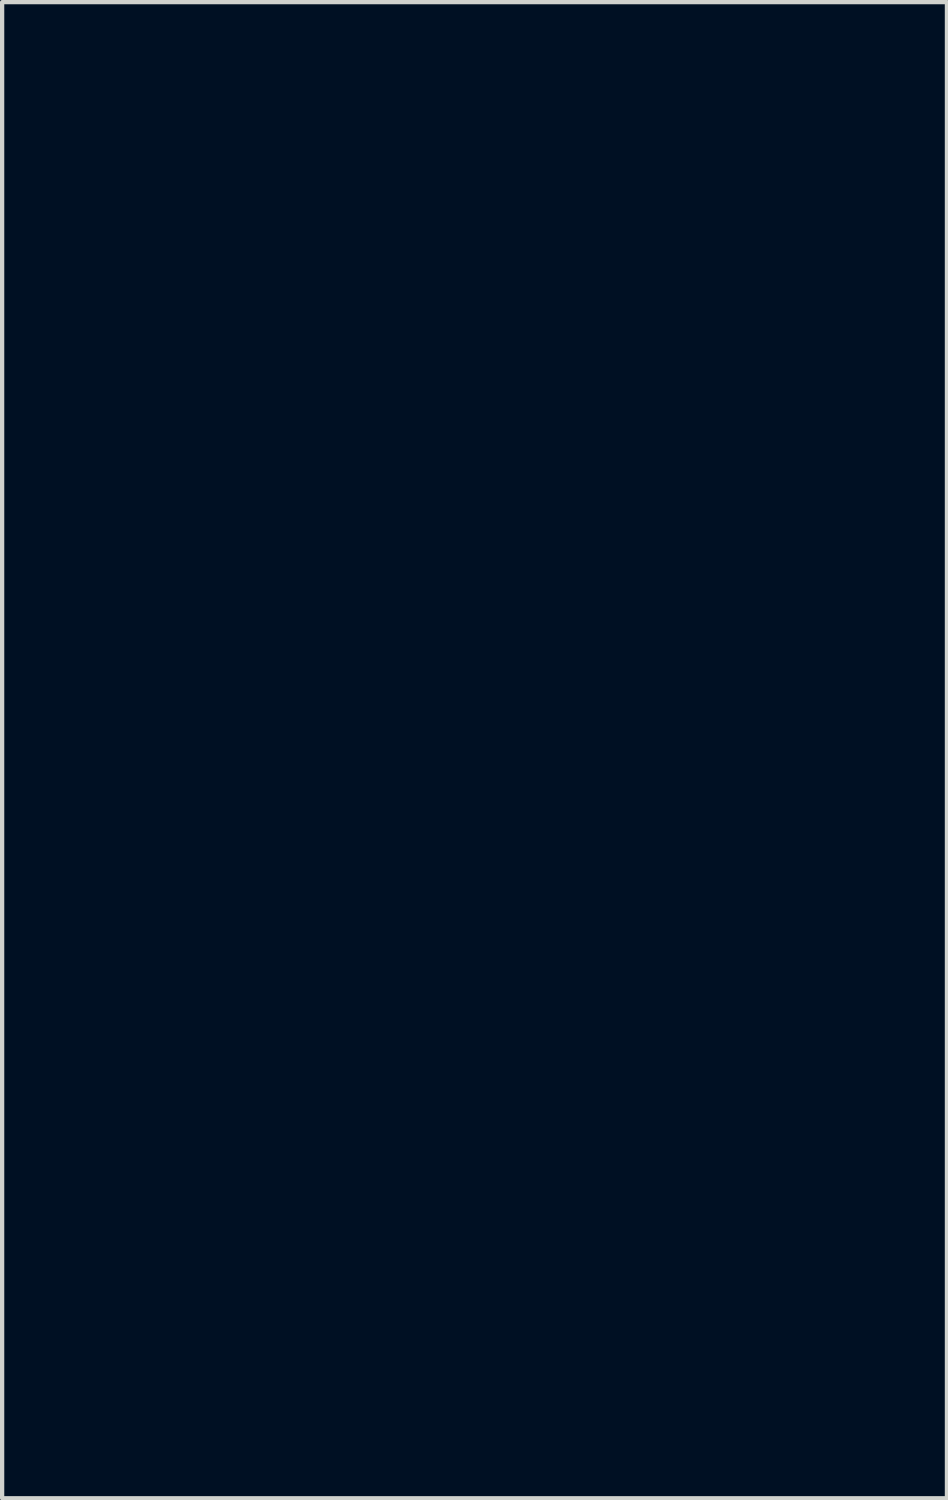
<source format=kicad_pcb>
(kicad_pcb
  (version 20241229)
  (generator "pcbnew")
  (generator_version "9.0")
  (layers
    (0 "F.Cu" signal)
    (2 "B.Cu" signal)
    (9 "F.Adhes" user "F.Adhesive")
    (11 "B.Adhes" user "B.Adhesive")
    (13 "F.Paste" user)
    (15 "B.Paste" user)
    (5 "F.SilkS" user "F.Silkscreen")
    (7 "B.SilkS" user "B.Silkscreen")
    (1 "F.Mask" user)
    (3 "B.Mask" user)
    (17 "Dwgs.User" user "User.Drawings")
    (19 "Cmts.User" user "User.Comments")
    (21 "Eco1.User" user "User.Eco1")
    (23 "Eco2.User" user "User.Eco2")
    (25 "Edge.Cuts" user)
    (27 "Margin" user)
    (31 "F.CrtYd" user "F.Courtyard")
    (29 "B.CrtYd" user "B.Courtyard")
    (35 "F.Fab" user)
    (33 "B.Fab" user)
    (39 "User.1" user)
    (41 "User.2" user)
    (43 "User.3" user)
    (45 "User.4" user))
  (footprint "Raiden"
    (layer "F.Cu")
    (at 7.954 14.271)
    (property "Reference" "Raiden" (at 0 0 0) (layer "F.Mask") (effects (font (size 1.524 1.524) (thickness 0.3))))
    (attr through_hole)
    (fp_poly (pts (xy 7.239 3.789) (xy 7.218 3.81) (xy 7.197 3.789) (xy 7.218 3.768) (xy 7.239 3.789)) (stroke (width 0.01) (type solid)) (fill yes) (layer "F.Mask"))
    (fp_poly (pts (xy 0.425 -5.966) (xy 0.445 -5.897) (xy 0.439 -5.876) (xy 0.383 -5.843) (xy 0.321 -5.858) (xy 0.296 -5.903) (xy 0.322 -5.974) (xy 0.377 -5.998) (xy 0.425 -5.966)) (stroke (width 0.01) (type solid)) (fill yes) (layer "F.Mask"))
    (fp_poly (pts (xy 8.149 -4.494) (xy 8.159 -4.445) (xy 8.158 -4.372) (xy 8.134 -4.371) (xy 8.114 -4.389) (xy 8.088 -4.448) (xy 8.094 -4.51) (xy 8.119 -4.53) (xy 8.149 -4.494)) (stroke (width 0.01) (type solid)) (fill yes) (layer "F.Mask"))
    (fp_poly (pts (xy 8.161 -4.917) (xy 8.17 -4.847) (xy 8.152 -4.763) (xy 8.108 -4.742) (xy 8.067 -4.78) (xy 8.059 -4.848) (xy 8.088 -4.921) (xy 8.133 -4.953) (xy 8.161 -4.917)) (stroke (width 0.01) (type solid)) (fill yes) (layer "F.Mask"))
    (fp_poly (pts (xy 7.697 10.236) (xy 7.698 10.382) (xy 7.696 10.42) (xy 7.684 10.647) (xy 7.656 10.414) (xy 7.644 10.283) (xy 7.641 10.191) (xy 7.646 10.164) (xy 7.679 10.161) (xy 7.697 10.236)) (stroke (width 0.01) (type solid)) (fill yes) (layer "F.Mask"))
    (fp_poly (pts (xy 8.159 -2.526) (xy 8.137 -2.511) (xy 8.104 -2.478) (xy 8.131 -2.43) (xy 8.156 -2.382) (xy 8.112 -2.371) (xy 8.055 -2.406) (xy 8.043 -2.455) (xy 8.072 -2.525) (xy 8.117 -2.537) (xy 8.159 -2.526)) (stroke (width 0.01) (type solid)) (fill yes) (layer "F.Mask"))
    (fp_poly (pts (xy 8.159 -5.712) (xy 8.104 -5.654) (xy 8.049 -5.607) (xy 8.062 -5.58) (xy 8.096 -5.565) (xy 8.159 -5.521) (xy 8.162 -5.478) (xy 8.111 -5.461) (xy 8.047 -5.495) (xy 8.027 -5.528) (xy 8.003 -5.648) (xy 8.046 -5.72) (xy 8.071 -5.733) (xy 8.147 -5.745) (xy 8.159 -5.712)) (stroke (width 0.01) (type solid)) (fill yes) (layer "F.Mask"))
    (fp_poly (pts (xy 5.913 0.599) (xy 5.963 0.705) (xy 5.988 0.781) (xy 6.024 0.91) (xy 6.048 1.003) (xy 6.054 1.033) (xy 6.028 1.059) (xy 5.978 1.043) (xy 5.948 1.005) (xy 5.885 0.821) (xy 5.848 0.701) (xy 5.834 0.63) (xy 5.841 0.594) (xy 5.864 0.577) (xy 5.867 0.576) (xy 5.913 0.599)) (stroke (width 0.01) (type solid)) (fill yes) (layer "F.Mask"))
    (fp_poly (pts (xy 8.165 -8.188) (xy 8.159 -8.151) (xy 8.139 -8.14) (xy 8.095 -8.096) (xy 8.089 -8.036) (xy 8.122 -8.001) (xy 8.128 -8.001) (xy 8.169 -7.969) (xy 8.17 -7.959) (xy 8.148 -7.918) (xy 8.097 -7.934) (xy 8.045 -7.998) (xy 8.026 -8.082) (xy 8.07 -8.148) (xy 8.133 -8.191) (xy 8.165 -8.188)) (stroke (width 0.01) (type solid)) (fill yes) (layer "F.Mask"))
    (fp_poly (pts (xy 0.413 -4.494) (xy 0.423 -4.445) (xy 0.395 -4.376) (xy 0.336 -4.364) (xy 0.284 -4.415) (xy 0.283 -4.42) (xy 0.282 -4.466) (xy 0.339 -4.466) (xy 0.36 -4.445) (xy 0.381 -4.466) (xy 0.36 -4.487) (xy 0.339 -4.466) (xy 0.282 -4.466) (xy 0.282 -4.497) (xy 0.352 -4.529) (xy 0.367 -4.53) (xy 0.413 -4.494)) (stroke (width 0.01) (type solid)) (fill yes) (layer "F.Mask"))
    (fp_poly (pts (xy -3.831 -5.789) (xy -3.69 -5.781) (xy -3.61 -5.771) (xy -3.598 -5.764) (xy -3.638 -5.747) (xy -3.751 -5.737) (xy -3.923 -5.734) (xy -4.144 -5.738) (xy -4.4 -5.75) (xy -4.551 -5.76) (xy -4.663 -5.769) (xy -4.71 -5.776) (xy -4.687 -5.782) (xy -4.591 -5.786) (xy -4.417 -5.79) (xy -4.244 -5.792) (xy -4.021 -5.792) (xy -3.831 -5.789)) (stroke (width 0.01) (type solid)) (fill yes) (layer "F.Mask"))
    (fp_poly (pts (xy 2.344 -4.936) (xy 2.389 -4.856) (xy 2.405 -4.698) (xy 2.403 -4.614) (xy 2.392 -4.479) (xy 2.371 -4.406) (xy 2.33 -4.375) (xy 2.297 -4.368) (xy 2.246 -4.366) (xy 2.217 -4.391) (xy 2.205 -4.461) (xy 2.201 -4.593) (xy 2.201 -4.634) (xy 2.206 -4.795) (xy 2.224 -4.889) (xy 2.257 -4.934) (xy 2.269 -4.939) (xy 2.344 -4.936)) (stroke (width 0.01) (type solid)) (fill yes) (layer "F.Mask"))
    (fp_poly (pts (xy -0.977 -2.986) (xy -0.821 -2.968) (xy -0.645 -2.945) (xy -0.468 -2.919) (xy -0.31 -2.894) (xy -0.191 -2.872) (xy -0.131 -2.855) (xy -0.127 -2.852) (xy -0.149 -2.842) (xy -0.221 -2.843) (xy -0.352 -2.856) (xy -0.55 -2.882) (xy -0.762 -2.912) (xy -0.936 -2.94) (xy -1.068 -2.966) (xy -1.143 -2.986) (xy -1.151 -2.996) (xy -1.094 -2.997) (xy -0.977 -2.986)) (stroke (width 0.01) (type solid)) (fill yes) (layer "F.Mask"))
    (fp_poly (pts (xy 7.065 -6.484) (xy 7.098 -6.409) (xy 7.088 -6.346) (xy 7.026 -6.309) (xy 6.951 -6.327) (xy 6.916 -6.369) (xy 6.916 -6.392) (xy 6.985 -6.392) (xy 7 -6.357) (xy 7.013 -6.364) (xy 7.018 -6.414) (xy 7.013 -6.421) (xy 6.988 -6.415) (xy 6.985 -6.392) (xy 6.916 -6.392) (xy 6.915 -6.459) (xy 6.971 -6.514) (xy 7.004 -6.519) (xy 7.065 -6.484)) (stroke (width 0.01) (type solid)) (fill yes) (layer "F.Mask"))
    (fp_poly (pts (xy 7.699 10.689) (xy 7.718 10.745) (xy 7.734 10.858) (xy 7.746 11.008) (xy 7.755 11.172) (xy 7.758 11.33) (xy 7.756 11.46) (xy 7.746 11.541) (xy 7.736 11.557) (xy 7.72 11.518) (xy 7.708 11.417) (xy 7.702 11.274) (xy 7.702 11.271) (xy 7.697 11.093) (xy 7.688 10.921) (xy 7.678 10.816) (xy 7.673 10.71) (xy 7.69 10.682) (xy 7.699 10.689)) (stroke (width 0.01) (type solid)) (fill yes) (layer "F.Mask"))
    (fp_poly (pts (xy 1.392 -4.397) (xy 1.422 -4.369) (xy 1.435 -4.299) (xy 1.439 -4.17) (xy 1.439 -4.106) (xy 1.437 -3.951) (xy 1.428 -3.862) (xy 1.405 -3.822) (xy 1.362 -3.81) (xy 1.344 -3.81) (xy 1.294 -3.816) (xy 1.265 -3.846) (xy 1.251 -3.919) (xy 1.246 -4.053) (xy 1.246 -4.106) (xy 1.246 -4.261) (xy 1.254 -4.35) (xy 1.277 -4.391) (xy 1.319 -4.402) (xy 1.341 -4.403) (xy 1.392 -4.397)) (stroke (width 0.01) (type solid)) (fill yes) (layer "F.Mask"))
    (fp_poly (pts (xy 7.131 2.709) (xy 7.145 2.822) (xy 7.159 2.975) (xy 7.171 3.151) (xy 7.181 3.329) (xy 7.187 3.489) (xy 7.188 3.612) (xy 7.182 3.677) (xy 7.179 3.683) (xy 7.162 3.646) (xy 7.152 3.553) (xy 7.151 3.524) (xy 7.146 3.407) (xy 7.136 3.237) (xy 7.123 3.047) (xy 7.119 2.997) (xy 7.109 2.837) (xy 7.107 2.719) (xy 7.112 2.661) (xy 7.118 2.658) (xy 7.131 2.709)) (stroke (width 0.01) (type solid)) (fill yes) (layer "F.Mask"))
    (fp_poly (pts (xy 7.441 7.145) (xy 7.452 7.229) (xy 7.455 7.285) (xy 7.46 7.414) (xy 7.469 7.595) (xy 7.482 7.795) (xy 7.486 7.863) (xy 7.496 8.033) (xy 7.498 8.166) (xy 7.493 8.243) (xy 7.488 8.255) (xy 7.476 8.215) (xy 7.462 8.107) (xy 7.447 7.945) (xy 7.433 7.745) (xy 7.431 7.702) (xy 7.421 7.494) (xy 7.417 7.317) (xy 7.418 7.189) (xy 7.424 7.126) (xy 7.425 7.123) (xy 7.441 7.145)) (stroke (width 0.01) (type solid)) (fill yes) (layer "F.Mask"))
    (fp_poly (pts (xy -6.978 -5.015) (xy -6.916 -4.937) (xy -6.908 -4.903) (xy -6.926 -4.791) (xy -6.993 -4.731) (xy -7.086 -4.736) (xy -7.153 -4.783) (xy -7.225 -4.871) (xy -7.226 -4.886) (xy -7.149 -4.886) (xy -7.113 -4.818) (xy -7.035 -4.784) (xy -7.029 -4.784) (xy -6.956 -4.813) (xy -6.943 -4.864) (xy -6.974 -4.94) (xy -7.044 -4.979) (xy -7.118 -4.964) (xy -7.125 -4.957) (xy -7.149 -4.886) (xy -7.226 -4.886) (xy -7.228 -4.938) (xy -7.178 -4.993) (xy -7.075 -5.037) (xy -6.978 -5.015)) (stroke (width 0.01) (type solid)) (fill yes) (layer "F.Mask"))
    (fp_poly (pts (xy 7.511 8.301) (xy 7.521 8.349) (xy 7.535 8.465) (xy 7.552 8.636) (xy 7.57 8.844) (xy 7.589 9.077) (xy 7.607 9.317) (xy 7.623 9.55) (xy 7.636 9.761) (xy 7.644 9.934) (xy 7.648 10.054) (xy 7.645 10.107) (xy 7.645 10.107) (xy 7.625 10.094) (xy 7.619 10.051) (xy 7.616 9.982) (xy 7.605 9.846) (xy 7.589 9.658) (xy 7.569 9.435) (xy 7.556 9.292) (xy 7.525 8.939) (xy 7.505 8.661) (xy 7.495 8.46) (xy 7.495 8.339) (xy 7.507 8.299) (xy 7.511 8.301)) (stroke (width 0.01) (type solid)) (fill yes) (layer "F.Mask"))
    (fp_poly (pts (xy -7.091 -4.184) (xy -7.016 -4.116) (xy -6.985 -4) (xy -6.985 -3.999) (xy -7.021 -3.931) (xy -7.108 -3.887) (xy -7.205 -3.884) (xy -7.279 -3.937) (xy -7.31 -4.03) (xy -7.309 -4.032) (xy -7.23 -4.032) (xy -7.202 -3.962) (xy -7.161 -3.937) (xy -7.105 -3.966) (xy -7.067 -4.004) (xy -7.034 -4.064) (xy -7.068 -4.106) (xy -7.072 -4.109) (xy -7.156 -4.146) (xy -7.21 -4.118) (xy -7.219 -4.104) (xy -7.23 -4.032) (xy -7.309 -4.032) (xy -7.285 -4.123) (xy -7.28 -4.13) (xy -7.187 -4.191) (xy -7.091 -4.184)) (stroke (width 0.01) (type solid)) (fill yes) (layer "F.Mask"))
    (fp_poly (pts (xy 8.162 -9.475) (xy 8.1 -9.431) (xy 8.075 -9.419) (xy 8.017 -9.379) (xy 7.985 -9.309) (xy 7.969 -9.183) (xy 7.967 -9.146) (xy 7.964 -8.94) (xy 7.987 -8.804) (xy 8.037 -8.725) (xy 8.086 -8.699) (xy 8.155 -8.659) (xy 8.166 -8.615) (xy 8.114 -8.594) (xy 8.11 -8.594) (xy 8.044 -8.624) (xy 7.967 -8.699) (xy 7.962 -8.705) (xy 7.903 -8.812) (xy 7.877 -8.955) (xy 7.874 -9.056) (xy 7.896 -9.272) (xy 7.963 -9.416) (xy 8.075 -9.492) (xy 8.084 -9.495) (xy 8.157 -9.501) (xy 8.162 -9.475)) (stroke (width 0.01) (type solid)) (fill yes) (layer "F.Mask"))
    (fp_poly (pts (xy -1.275 -3.73) (xy -1.202 -3.654) (xy -1.185 -3.582) (xy -1.217 -3.474) (xy -1.297 -3.392) (xy -1.399 -3.348) (xy -1.499 -3.355) (xy -1.555 -3.397) (xy -1.609 -3.506) (xy -1.553 -3.506) (xy -1.522 -3.448) (xy -1.439 -3.392) (xy -1.341 -3.413) (xy -1.295 -3.442) (xy -1.238 -3.526) (xy -1.252 -3.624) (xy -1.323 -3.699) (xy -1.418 -3.721) (xy -1.5 -3.681) (xy -1.551 -3.601) (xy -1.553 -3.506) (xy -1.609 -3.506) (xy -1.619 -3.526) (xy -1.602 -3.646) (xy -1.582 -3.678) (xy -1.492 -3.748) (xy -1.381 -3.763) (xy -1.275 -3.73)) (stroke (width 0.01) (type solid)) (fill yes) (layer "F.Mask"))
    (fp_poly (pts (xy 2.372 -3.149) (xy 2.462 -3.086) (xy 2.519 -2.993) (xy 2.526 -2.886) (xy 2.478 -2.795) (xy 2.365 -2.723) (xy 2.239 -2.72) (xy 2.141 -2.776) (xy 2.081 -2.888) (xy 2.086 -2.943) (xy 2.117 -2.943) (xy 2.152 -2.832) (xy 2.241 -2.77) (xy 2.363 -2.769) (xy 2.388 -2.777) (xy 2.438 -2.835) (xy 2.455 -2.93) (xy 2.438 -3.024) (xy 2.392 -3.075) (xy 2.275 -3.088) (xy 2.175 -3.05) (xy 2.12 -2.972) (xy 2.117 -2.943) (xy 2.086 -2.943) (xy 2.093 -3.014) (xy 2.16 -3.113) (xy 2.265 -3.163) (xy 2.372 -3.149)) (stroke (width 0.01) (type solid)) (fill yes) (layer "F.Mask"))
    (fp_poly (pts (xy -6.13 -4.621) (xy -6.057 -4.533) (xy -6.033 -4.42) (xy -6.069 -4.308) (xy -6.094 -4.278) (xy -6.216 -4.201) (xy -6.342 -4.209) (xy -6.411 -4.247) (xy -6.481 -4.341) (xy -6.485 -4.411) (xy -6.431 -4.411) (xy -6.384 -4.332) (xy -6.292 -4.287) (xy -6.223 -4.284) (xy -6.138 -4.318) (xy -6.104 -4.408) (xy -6.104 -4.41) (xy -6.125 -4.521) (xy -6.201 -4.586) (xy -6.308 -4.589) (xy -6.35 -4.572) (xy -6.423 -4.498) (xy -6.431 -4.411) (xy -6.485 -4.411) (xy -6.487 -4.453) (xy -6.439 -4.558) (xy -6.346 -4.633) (xy -6.241 -4.657) (xy -6.13 -4.621)) (stroke (width 0.01) (type solid)) (fill yes) (layer "F.Mask"))
    (fp_poly (pts (xy -2.796 -3.951) (xy -2.724 -3.863) (xy -2.709 -3.766) (xy -2.745 -3.633) (xy -2.837 -3.547) (xy -2.963 -3.524) (xy -3.04 -3.543) (xy -3.096 -3.596) (xy -3.137 -3.672) (xy -3.141 -3.73) (xy -3.078 -3.73) (xy -3.035 -3.644) (xy -2.945 -3.6) (xy -2.921 -3.598) (xy -2.832 -3.629) (xy -2.796 -3.66) (xy -2.759 -3.754) (xy -2.782 -3.846) (xy -2.847 -3.914) (xy -2.936 -3.933) (xy -2.995 -3.911) (xy -3.067 -3.828) (xy -3.078 -3.73) (xy -3.141 -3.73) (xy -3.147 -3.801) (xy -3.091 -3.909) (xy -2.985 -3.972) (xy -2.928 -3.979) (xy -2.796 -3.951)) (stroke (width 0.01) (type solid)) (fill yes) (layer "F.Mask"))
    (fp_poly (pts (xy 2.397 -4.049) (xy 2.451 -3.939) (xy 2.474 -3.797) (xy 2.463 -3.639) (xy 2.412 -3.483) (xy 2.379 -3.422) (xy 2.294 -3.287) (xy 2.205 -3.432) (xy 2.119 -3.615) (xy 2.082 -3.793) (xy 2.082 -3.804) (xy 2.223 -3.804) (xy 2.226 -3.782) (xy 2.266 -3.666) (xy 2.293 -3.631) (xy 2.311 -3.676) (xy 2.319 -3.74) (xy 2.322 -3.851) (xy 2.312 -3.922) (xy 2.308 -3.929) (xy 2.27 -3.927) (xy 2.235 -3.874) (xy 2.223 -3.804) (xy 2.082 -3.804) (xy 2.091 -3.947) (xy 2.148 -4.06) (xy 2.213 -4.104) (xy 2.316 -4.109) (xy 2.397 -4.049)) (stroke (width 0.01) (type solid)) (fill yes) (layer "F.Mask"))
    (fp_poly (pts (xy 5.1 -3.267) (xy 5.172 -3.182) (xy 5.196 -3.072) (xy 5.167 -2.967) (xy 5.088 -2.899) (xy 4.973 -2.879) (xy 4.857 -2.909) (xy 4.808 -2.945) (xy 4.747 -3.058) (xy 4.762 -3.158) (xy 4.808 -3.158) (xy 4.828 -3.053) (xy 4.843 -3.027) (xy 4.924 -2.949) (xy 5.015 -2.923) (xy 5.088 -2.953) (xy 5.107 -2.985) (xy 5.12 -3.1) (xy 5.083 -3.2) (xy 5.007 -3.256) (xy 4.979 -3.26) (xy 4.861 -3.232) (xy 4.808 -3.158) (xy 4.762 -3.158) (xy 4.766 -3.181) (xy 4.794 -3.227) (xy 4.892 -3.302) (xy 5 -3.311) (xy 5.1 -3.267)) (stroke (width 0.01) (type solid)) (fill yes) (layer "F.Mask"))
    (fp_poly (pts (xy 0.406 -3.573) (xy 0.473 -3.489) (xy 0.502 -3.383) (xy 0.482 -3.276) (xy 0.416 -3.2) (xy 0.339 -3.152) (xy 0.297 -3.138) (xy 0.242 -3.151) (xy 0.199 -3.162) (xy 0.11 -3.222) (xy 0.07 -3.323) (xy 0.076 -3.387) (xy 0.127 -3.387) (xy 0.159 -3.284) (xy 0.236 -3.23) (xy 0.33 -3.229) (xy 0.411 -3.289) (xy 0.43 -3.322) (xy 0.456 -3.419) (xy 0.424 -3.491) (xy 0.333 -3.548) (xy 0.234 -3.541) (xy 0.155 -3.48) (xy 0.127 -3.387) (xy 0.076 -3.387) (xy 0.081 -3.439) (xy 0.14 -3.545) (xy 0.205 -3.595) (xy 0.313 -3.616) (xy 0.406 -3.573)) (stroke (width 0.01) (type solid)) (fill yes) (layer "F.Mask"))
    (fp_poly (pts (xy 8.143 -14.248) (xy 8.085 -14.202) (xy 8.059 -14.185) (xy 7.948 -14.104) (xy 7.861 -14.004) (xy 7.786 -13.865) (xy 7.712 -13.668) (xy 7.682 -13.576) (xy 7.62 -13.376) (xy 7.587 -13.244) (xy 7.589 -13.167) (xy 7.633 -13.133) (xy 7.723 -13.129) (xy 7.866 -13.141) (xy 7.874 -13.141) (xy 8.052 -13.152) (xy 8.15 -13.143) (xy 8.17 -13.125) (xy 8.13 -13.102) (xy 8.019 -13.086) (xy 7.849 -13.081) (xy 7.528 -13.081) (xy 7.555 -12.921) (xy 7.552 -12.729) (xy 7.517 -12.635) (xy 7.457 -12.503) (xy 7.452 -12.421) (xy 7.511 -12.378) (xy 7.641 -12.362) (xy 7.72 -12.361) (xy 7.989 -12.361) (xy 8.014 -12.601) (xy 8.043 -12.765) (xy 8.089 -12.88) (xy 8.11 -12.908) (xy 8.153 -12.943) (xy 8.165 -12.934) (xy 8.144 -12.869) (xy 8.098 -12.753) (xy 8.103 -12.705) (xy 8.119 -12.7) (xy 8.148 -12.665) (xy 8.155 -12.585) (xy 8.141 -12.496) (xy 8.109 -12.434) (xy 8.107 -12.432) (xy 8.093 -12.392) (xy 8.117 -12.376) (xy 8.162 -12.321) (xy 8.17 -12.273) (xy 8.166 -12.243) (xy 8.143 -12.221) (xy 8.092 -12.207) (xy 7.998 -12.198) (xy 7.85 -12.194) (xy 7.637 -12.192) (xy 7.493 -12.192) (xy 7.235 -12.191) (xy 7.049 -12.187) (xy 6.92 -12.18) (xy 6.834 -12.166) (xy 6.779 -12.145) (xy 6.74 -12.116) (xy 6.736 -12.113) (xy 6.669 -12.011) (xy 6.597 -11.843) (xy 6.524 -11.625) (xy 6.457 -11.375) (xy 6.399 -11.11) (xy 6.365 -10.901) (xy 6.348 -10.783) (xy 6.337 -10.7) (xy 6.335 -10.689) (xy 6.372 -10.668) (xy 6.479 -10.651) (xy 6.642 -10.639) (xy 6.706 -10.637) (xy 6.917 -10.628) (xy 7.047 -10.617) (xy 7.094 -10.605) (xy 7.058 -10.595) (xy 6.939 -10.587) (xy 6.736 -10.583) (xy 6.721 -10.583) (xy 6.526 -10.581) (xy 6.4 -10.572) (xy 6.328 -10.554) (xy 6.295 -10.524) (xy 6.291 -10.516) (xy 6.267 -10.391) (xy 6.276 -10.262) (xy 6.315 -10.169) (xy 6.318 -10.166) (xy 6.345 -10.114) (xy 6.302 -10.061) (xy 6.292 -10.054) (xy 6.251 -10.002) (xy 6.216 -9.908) (xy 6.184 -9.755) (xy 6.155 -9.559) (xy 6.121 -9.279) (xy 6.102 -9.073) (xy 6.099 -8.932) (xy 6.112 -8.847) (xy 6.14 -8.809) (xy 6.16 -8.805) (xy 6.215 -8.779) (xy 6.212 -8.719) (xy 6.162 -8.662) (xy 6.105 -8.586) (xy 6.074 -8.504) (xy 6.063 -8.441) (xy 6.081 -8.409) (xy 6.146 -8.397) (xy 6.277 -8.397) (xy 6.28 -8.397) (xy 6.475 -8.384) (xy 6.6 -8.331) (xy 6.666 -8.229) (xy 6.683 -8.065) (xy 6.68 -7.991) (xy 6.662 -7.747) (xy 7.056 -7.747) (xy 7.227 -7.748) (xy 7.361 -7.752) (xy 7.439 -7.757) (xy 7.451 -7.76) (xy 7.445 -7.805) (xy 7.431 -7.916) (xy 7.41 -8.077) (xy 7.386 -8.258) (xy 7.375 -8.358) (xy 7.445 -8.358) (xy 7.447 -8.254) (xy 7.458 -8.118) (xy 7.476 -7.977) (xy 7.497 -7.856) (xy 7.513 -7.8) (xy 7.566 -7.76) (xy 7.64 -7.747) (xy 7.694 -7.751) (xy 7.725 -7.773) (xy 7.741 -7.832) (xy 7.746 -7.945) (xy 7.747 -8.077) (xy 7.747 -8.406) (xy 7.617 -8.416) (xy 7.515 -8.417) (xy 7.455 -8.406) (xy 7.445 -8.358) (xy 7.375 -8.358) (xy 7.348 -8.62) (xy 7.327 -9.013) (xy 7.323 -9.409) (xy 7.336 -9.779) (xy 7.363 -10.075) (xy 7.391 -10.287) (xy 7.404 -10.429) (xy 7.4 -10.516) (xy 7.378 -10.563) (xy 7.333 -10.585) (xy 7.271 -10.595) (xy 7.257 -10.602) (xy 7.317 -10.609) (xy 7.44 -10.614) (xy 7.615 -10.618) (xy 7.652 -10.619) (xy 8.17 -10.626) (xy 8.17 -10.515) (xy 8.166 -10.451) (xy 8.139 -10.421) (xy 8.068 -10.416) (xy 7.943 -10.426) (xy 7.795 -10.447) (xy 7.669 -10.479) (xy 7.622 -10.497) (xy 7.541 -10.526) (xy 7.5 -10.52) (xy 7.472 -10.452) (xy 7.447 -10.315) (xy 7.424 -10.124) (xy 7.406 -9.894) (xy 7.391 -9.642) (xy 7.381 -9.382) (xy 7.377 -9.131) (xy 7.379 -8.903) (xy 7.387 -8.713) (xy 7.403 -8.579) (xy 7.421 -8.52) (xy 7.486 -8.489) (xy 7.632 -8.471) (xy 7.815 -8.467) (xy 8.001 -8.462) (xy 8.115 -8.449) (xy 8.151 -8.428) (xy 8.149 -8.424) (xy 8.094 -8.397) (xy 7.988 -8.383) (xy 7.956 -8.382) (xy 7.789 -8.382) (xy 7.789 -7.747) (xy 7.98 -7.747) (xy 8.093 -7.739) (xy 8.162 -7.717) (xy 8.17 -7.705) (xy 8.132 -7.681) (xy 8.035 -7.665) (xy 7.959 -7.662) (xy 7.856 -7.662) (xy 7.791 -7.651) (xy 7.756 -7.613) (xy 7.743 -7.533) (xy 7.742 -7.395) (xy 7.745 -7.26) (xy 7.768 -7.065) (xy 7.83 -6.939) (xy 7.939 -6.871) (xy 8.059 -6.852) (xy 8.145 -6.847) (xy 8.149 -6.84) (xy 8.076 -6.828) (xy 8.075 -6.828) (xy 7.976 -6.791) (xy 7.921 -6.739) (xy 7.909 -6.673) (xy 7.899 -6.54) (xy 7.892 -6.354) (xy 7.889 -6.134) (xy 7.89 -6.011) (xy 7.895 -5.355) (xy 8.043 -5.326) (xy 8.025 -5.321) (xy 7.927 -5.318) (xy 7.756 -5.315) (xy 7.519 -5.312) (xy 7.219 -5.31) (xy 6.864 -5.309) (xy 6.46 -5.308) (xy 6.011 -5.308) (xy 5.524 -5.309) (xy 5.004 -5.311) (xy 4.578 -5.312) (xy 4.033 -5.315) (xy 3.512 -5.318) (xy 3.021 -5.322) (xy 2.567 -5.325) (xy 2.157 -5.329) (xy 1.795 -5.333) (xy 1.489 -5.337) (xy 1.245 -5.342) (xy 1.068 -5.346) (xy 0.966 -5.35) (xy 0.941 -5.352) (xy 0.95 -5.375) (xy 0.967 -5.376) (xy 0.98 -5.416) (xy 0.992 -5.526) (xy 1.002 -5.691) (xy 1.006 -5.807) (xy 1.065 -5.807) (xy 1.065 -5.629) (xy 1.07 -5.498) (xy 1.077 -5.432) (xy 1.077 -5.431) (xy 1.102 -5.41) (xy 1.165 -5.396) (xy 1.276 -5.387) (xy 1.446 -5.383) (xy 1.684 -5.384) (xy 1.872 -5.386) (xy 2.646 -5.397) (xy 2.66 -6.096) (xy 2.709 -6.096) (xy 2.709 -5.38) (xy 3.101 -5.367) (xy 3.535 -5.354) (xy 3.891 -5.345) (xy 4.175 -5.34) (xy 4.394 -5.339) (xy 4.553 -5.341) (xy 4.66 -5.347) (xy 4.721 -5.357) (xy 4.741 -5.371) (xy 4.741 -5.373) (xy 4.742 -5.444) (xy 4.742 -5.45) (xy 4.704 -5.471) (xy 4.605 -5.491) (xy 4.499 -5.503) (xy 4.255 -5.524) (xy 4.255 -5.708) (xy 4.318 -5.708) (xy 4.32 -5.649) (xy 4.339 -5.612) (xy 4.392 -5.59) (xy 4.495 -5.573) (xy 4.643 -5.557) (xy 4.731 -5.58) (xy 4.764 -5.635) (xy 4.771 -5.694) (xy 4.826 -5.694) (xy 4.826 -5.334) (xy 6.308 -5.334) (xy 6.308 -5.418) (xy 6.392 -5.418) (xy 6.396 -5.386) (xy 6.414 -5.364) (xy 6.458 -5.349) (xy 6.541 -5.341) (xy 6.675 -5.339) (xy 6.871 -5.34) (xy 7.101 -5.344) (xy 7.811 -5.355) (xy 7.823 -5.577) (xy 7.827 -5.701) (xy 7.821 -5.782) (xy 7.813 -5.8) (xy 7.77 -5.777) (xy 7.675 -5.718) (xy 7.548 -5.634) (xy 7.516 -5.612) (xy 7.267 -5.467) (xy 7.041 -5.394) (xy 6.824 -5.39) (xy 6.65 -5.434) (xy 6.511 -5.482) (xy 6.434 -5.498) (xy 6.401 -5.482) (xy 6.392 -5.432) (xy 6.392 -5.418) (xy 6.308 -5.418) (xy 6.308 -5.437) (xy 6.298 -5.492) (xy 6.258 -5.538) (xy 6.172 -5.587) (xy 6.025 -5.648) (xy 5.98 -5.666) (xy 5.839 -5.718) (xy 5.663 -5.781) (xy 5.469 -5.849) (xy 5.275 -5.916) (xy 5.097 -5.975) (xy 4.955 -6.022) (xy 4.864 -6.049) (xy 4.842 -6.054) (xy 4.835 -6.015) (xy 4.829 -5.91) (xy 4.826 -5.76) (xy 4.826 -5.694) (xy 4.771 -5.694) (xy 4.774 -5.716) (xy 4.733 -5.766) (xy 4.628 -5.795) (xy 4.519 -5.806) (xy 4.398 -5.812) (xy 4.339 -5.799) (xy 4.32 -5.756) (xy 4.318 -5.708) (xy 4.255 -5.708) (xy 4.255 -5.863) (xy 4.485 -5.853) (xy 4.644 -5.857) (xy 4.736 -5.889) (xy 4.777 -5.959) (xy 4.783 -6.022) (xy 4.778 -6.045) (xy 4.756 -6.063) (xy 4.706 -6.076) (xy 4.62 -6.085) (xy 4.487 -6.091) (xy 4.298 -6.094) (xy 4.043 -6.096) (xy 3.747 -6.096) (xy 2.709 -6.096) (xy 2.66 -6.096) (xy 2.666 -6.371) (xy 2.709 -6.371) (xy 2.718 -6.258) (xy 2.739 -6.189) (xy 2.752 -6.181) (xy 2.777 -6.219) (xy 2.792 -6.314) (xy 2.794 -6.371) (xy 2.786 -6.485) (xy 2.764 -6.553) (xy 2.752 -6.562) (xy 2.836 -6.562) (xy 2.836 -6.378) (xy 2.842 -6.259) (xy 2.857 -6.18) (xy 2.865 -6.167) (xy 2.917 -6.154) (xy 3.033 -6.144) (xy 3.191 -6.139) (xy 3.264 -6.138) (xy 3.635 -6.138) (xy 3.648 -6.255) (xy 3.653 -6.39) (xy 3.646 -6.492) (xy 3.628 -6.571) (xy 3.586 -6.599) (xy 3.492 -6.59) (xy 3.476 -6.588) (xy 3.344 -6.573) (xy 3.176 -6.564) (xy 3.08 -6.562) (xy 2.836 -6.562) (xy 2.752 -6.562) (xy 2.726 -6.524) (xy 2.711 -6.428) (xy 2.709 -6.371) (xy 2.666 -6.371) (xy 2.669 -6.564) (xy 1.874 -6.552) (xy 1.079 -6.54) (xy 1.068 -6.014) (xy 1.065 -5.807) (xy 1.006 -5.807) (xy 1.01 -5.897) (xy 1.015 -6.128) (xy 1.018 -6.371) (xy 1.018 -6.61) (xy 1.016 -6.831) (xy 1.013 -6.943) (xy 1.058 -6.943) (xy 1.058 -6.824) (xy 1.073 -6.721) (xy 1.103 -6.66) (xy 1.164 -6.639) (xy 1.287 -6.621) (xy 1.448 -6.609) (xy 1.507 -6.607) (xy 1.866 -6.6) (xy 1.854 -6.948) (xy 1.853 -6.962) (xy 1.905 -6.962) (xy 1.905 -6.601) (xy 2.005 -6.604) (xy 3.725 -6.604) (xy 3.725 -6.138) (xy 4.233 -6.138) (xy 4.43 -6.141) (xy 4.592 -6.148) (xy 4.703 -6.158) (xy 4.747 -6.17) (xy 4.747 -6.17) (xy 4.767 -6.384) (xy 4.754 -6.509) (xy 4.741 -6.549) (xy 4.714 -6.576) (xy 4.658 -6.592) (xy 4.558 -6.601) (xy 4.4 -6.604) (xy 4.229 -6.604) (xy 3.725 -6.604) (xy 2.005 -6.604) (xy 2.275 -6.613) (xy 2.646 -6.625) (xy 2.656 -6.945) (xy 2.709 -6.945) (xy 2.709 -6.943) (xy 2.717 -6.759) (xy 2.741 -6.656) (xy 2.762 -6.635) (xy 2.828 -6.628) (xy 2.969 -6.626) (xy 3.173 -6.629) (xy 3.384 -6.635) (xy 4.822 -6.635) (xy 4.835 -6.381) (xy 4.847 -6.127) (xy 5.44 -5.921) (xy 5.725 -5.821) (xy 5.949 -5.743) (xy 6.131 -5.678) (xy 6.289 -5.622) (xy 6.443 -5.566) (xy 6.604 -5.507) (xy 6.803 -5.444) (xy 6.944 -5.423) (xy 7.039 -5.443) (xy 7.052 -5.451) (xy 7.078 -5.504) (xy 7.108 -5.621) (xy 7.138 -5.781) (xy 7.15 -5.866) (xy 7.171 -6.037) (xy 7.18 -6.178) (xy 7.176 -6.316) (xy 7.159 -6.476) (xy 7.126 -6.683) (xy 7.107 -6.792) (xy 7.028 -7.248) (xy 7.076 -7.248) (xy 7.083 -7.213) (xy 7.108 -7.11) (xy 7.141 -6.952) (xy 7.176 -6.768) (xy 7.207 -6.588) (xy 7.221 -6.498) (xy 7.238 -6.387) (xy 7.249 -6.316) (xy 7.251 -6.308) (xy 7.249 -6.25) (xy 7.24 -6.134) (xy 7.224 -5.986) (xy 7.206 -5.83) (xy 7.189 -5.692) (xy 7.174 -5.597) (xy 7.17 -5.577) (xy 7.174 -5.515) (xy 7.234 -5.511) (xy 7.348 -5.564) (xy 7.455 -5.634) (xy 7.615 -5.753) (xy 7.722 -5.856) (xy 7.787 -5.966) (xy 7.819 -6.104) (xy 7.83 -6.292) (xy 7.831 -6.417) (xy 7.83 -6.614) (xy 7.823 -6.745) (xy 7.806 -6.83) (xy 7.778 -6.886) (xy 7.736 -6.93) (xy 7.603 -7.035) (xy 7.442 -7.138) (xy 7.285 -7.222) (xy 7.174 -7.264) (xy 7.095 -7.277) (xy 7.076 -7.248) (xy 7.028 -7.248) (xy 7.013 -7.334) (xy 6.807 -7.309) (xy 6.695 -7.286) (xy 6.517 -7.236) (xy 6.285 -7.163) (xy 6.014 -7.073) (xy 5.714 -6.969) (xy 5.4 -6.855) (xy 5.085 -6.736) (xy 5.046 -6.721) (xy 4.822 -6.635) (xy 3.384 -6.635) (xy 3.429 -6.636) (xy 3.729 -6.647) (xy 4.061 -6.662) (xy 4.261 -6.672) (xy 4.475 -6.683) (xy 4.619 -6.699) (xy 4.706 -6.73) (xy 4.75 -6.79) (xy 4.766 -6.891) (xy 4.766 -7.044) (xy 4.765 -7.112) (xy 4.764 -7.269) (xy 4.824 -7.269) (xy 4.825 -7.133) (xy 4.829 -6.987) (xy 4.836 -6.855) (xy 4.846 -6.762) (xy 4.855 -6.731) (xy 4.903 -6.744) (xy 5.017 -6.78) (xy 5.183 -6.834) (xy 5.386 -6.902) (xy 5.522 -6.948) (xy 5.791 -7.04) (xy 5.99 -7.109) (xy 6.13 -7.163) (xy 6.222 -7.207) (xy 6.275 -7.247) (xy 6.289 -7.27) (xy 6.341 -7.27) (xy 6.462 -7.302) (xy 6.589 -7.333) (xy 6.733 -7.364) (xy 6.743 -7.366) (xy 6.875 -7.399) (xy 6.928 -7.437) (xy 6.912 -7.494) (xy 6.852 -7.561) (xy 6.768 -7.619) (xy 6.655 -7.667) (xy 6.538 -7.699) (xy 6.477 -7.705) (xy 6.807 -7.705) (xy 6.946 -7.546) (xy 7.043 -7.459) (xy 7.184 -7.356) (xy 7.344 -7.255) (xy 7.497 -7.171) (xy 7.615 -7.123) (xy 7.631 -7.119) (xy 7.647 -7.154) (xy 7.658 -7.251) (xy 7.662 -7.381) (xy 7.662 -7.651) (xy 7.44 -7.677) (xy 7.26 -7.694) (xy 7.073 -7.703) (xy 7.012 -7.704) (xy 6.807 -7.705) (xy 6.477 -7.705) (xy 6.442 -7.708) (xy 6.393 -7.687) (xy 6.39 -7.678) (xy 6.384 -7.616) (xy 6.371 -7.505) (xy 6.364 -7.456) (xy 6.341 -7.27) (xy 6.289 -7.27) (xy 6.3 -7.288) (xy 6.307 -7.337) (xy 6.308 -7.395) (xy 6.308 -7.547) (xy 6.069 -7.523) (xy 5.943 -7.515) (xy 5.873 -7.521) (xy 5.868 -7.535) (xy 5.93 -7.561) (xy 6.043 -7.581) (xy 6.093 -7.586) (xy 6.216 -7.606) (xy 6.289 -7.641) (xy 6.298 -7.655) (xy 6.302 -7.677) (xy 6.287 -7.691) (xy 6.243 -7.696) (xy 6.156 -7.693) (xy 6.017 -7.681) (xy 5.812 -7.661) (xy 5.652 -7.644) (xy 5.434 -7.622) (xy 5.226 -7.602) (xy 5.05 -7.588) (xy 4.928 -7.58) (xy 4.9 -7.579) (xy 4.837 -7.556) (xy 4.826 -7.532) (xy 4.863 -7.512) (xy 4.977 -7.502) (xy 5.169 -7.503) (xy 5.323 -7.509) (xy 5.821 -7.531) (xy 5.334 -7.474) (xy 5.142 -7.452) (xy 4.983 -7.432) (xy 4.876 -7.419) (xy 4.837 -7.413) (xy 4.828 -7.37) (xy 4.824 -7.269) (xy 4.764 -7.269) (xy 4.763 -7.387) (xy 4.487 -7.387) (xy 4.306 -7.383) (xy 4.086 -7.372) (xy 3.871 -7.356) (xy 3.852 -7.355) (xy 3.631 -7.336) (xy 3.391 -7.316) (xy 3.183 -7.299) (xy 3.175 -7.299) (xy 2.972 -7.283) (xy 2.838 -7.264) (xy 2.76 -7.233) (xy 2.722 -7.176) (xy 2.71 -7.084) (xy 2.709 -6.945) (xy 2.656 -6.945) (xy 2.658 -6.996) (xy 2.66 -7.191) (xy 2.65 -7.317) (xy 2.631 -7.36) (xy 2.732 -7.36) (xy 2.734 -7.338) (xy 2.804 -7.329) (xy 2.948 -7.334) (xy 3.006 -7.339) (xy 3.165 -7.351) (xy 3.383 -7.367) (xy 3.635 -7.386) (xy 3.896 -7.405) (xy 3.979 -7.411) (xy 4.21 -7.429) (xy 4.414 -7.447) (xy 4.574 -7.464) (xy 4.675 -7.478) (xy 4.699 -7.483) (xy 4.725 -7.506) (xy 4.684 -7.524) (xy 4.594 -7.537) (xy 4.473 -7.541) (xy 4.339 -7.536) (xy 4.276 -7.529) (xy 4.148 -7.515) (xy 3.959 -7.497) (xy 3.73 -7.478) (xy 3.486 -7.458) (xy 3.409 -7.453) (xy 3.184 -7.434) (xy 2.988 -7.412) (xy 2.838 -7.389) (xy 2.748 -7.369) (xy 2.732 -7.36) (xy 2.631 -7.36) (xy 2.629 -7.366) (xy 2.626 -7.366) (xy 2.601 -7.328) (xy 2.585 -7.229) (xy 2.582 -7.152) (xy 2.582 -6.939) (xy 2.297 -6.951) (xy 2.011 -6.964) (xy 1.998 -7.144) (xy 1.989 -7.218) (xy 2.066 -7.218) (xy 2.067 -7.09) (xy 2.114 -7.018) (xy 2.221 -6.992) (xy 2.328 -6.994) (xy 2.519 -7.006) (xy 2.532 -7.186) (xy 2.545 -7.366) (xy 2.084 -7.366) (xy 2.066 -7.218) (xy 1.989 -7.218) (xy 1.982 -7.273) (xy 1.961 -7.325) (xy 1.94 -7.307) (xy 1.921 -7.226) (xy 1.908 -7.091) (xy 1.905 -6.962) (xy 1.853 -6.962) (xy 1.84 -7.153) (xy 1.816 -7.276) (xy 1.789 -7.313) (xy 1.753 -7.295) (xy 1.737 -7.204) (xy 1.736 -7.137) (xy 1.736 -6.943) (xy 1.058 -6.943) (xy 1.013 -6.943) (xy 1.01 -7.019) (xy 1.004 -7.133) (xy 1.101 -7.133) (xy 1.122 -7.112) (xy 1.143 -7.133) (xy 1.185 -7.133) (xy 1.185 -6.985) (xy 1.656 -6.985) (xy 1.643 -7.134) (xy 1.626 -7.232) (xy 1.603 -7.281) (xy 1.598 -7.282) (xy 1.54 -7.282) (xy 1.429 -7.281) (xy 1.376 -7.281) (xy 1.259 -7.278) (xy 1.203 -7.257) (xy 1.187 -7.199) (xy 1.185 -7.133) (xy 1.143 -7.133) (xy 1.122 -7.154) (xy 1.101 -7.133) (xy 1.004 -7.133) (xy 1.002 -7.159) (xy 0.99 -7.238) (xy 0.984 -7.248) (xy 0.932 -7.251) (xy 0.813 -7.248) (xy 0.642 -7.24) (xy 0.438 -7.228) (xy 0.396 -7.225) (xy 0.183 -7.213) (xy 0.027 -7.2) (xy -0.079 -7.175) (xy -0.147 -7.125) (xy -0.184 -7.04) (xy -0.2 -6.906) (xy -0.205 -6.712) (xy -0.207 -6.446) (xy -0.207 -6.442) (xy -0.207 -6.19) (xy -0.198 -6.011) (xy -0.177 -5.895) (xy -0.139 -5.83) (xy -0.08 -5.804) (xy 0.003 -5.806) (xy 0.008 -5.807) (xy 0.058 -5.82) (xy 0.088 -5.855) (xy 0.105 -5.928) (xy 0.115 -6.06) (xy 0.118 -6.149) (xy 0.131 -6.477) (xy 0.678 -6.477) (xy 0.669 -6.199) (xy 0.659 -6.054) (xy 0.644 -5.946) (xy 0.627 -5.9) (xy 0.611 -5.927) (xy 0.606 -6.017) (xy 0.608 -6.112) (xy 0.611 -6.25) (xy 0.603 -6.356) (xy 0.593 -6.392) (xy 0.534 -6.42) (xy 0.42 -6.429) (xy 0.378 -6.427) (xy 0.262 -6.414) (xy 0.207 -6.385) (xy 0.188 -6.322) (xy 0.186 -6.287) (xy 0.173 -5.999) (xy 0.166 -5.778) (xy 0.165 -5.605) (xy 0.166 -5.556) (xy 0.169 -5.376) (xy 0.593 -5.376) (xy 0.599 -5.62) (xy 0.605 -5.733) (xy 0.612 -5.766) (xy 0.621 -5.717) (xy 0.621 -5.715) (xy 0.643 -5.545) (xy 0.669 -5.443) (xy 0.709 -5.393) (xy 0.77 -5.377) (xy 0.791 -5.376) (xy 0.865 -5.37) (xy 0.881 -5.355) (xy 0.851 -5.342) (xy 0.783 -5.331) (xy 0.673 -5.321) (xy 0.518 -5.313) (xy 0.313 -5.306) (xy 0.055 -5.301) (xy -0.261 -5.296) (xy -0.639 -5.293) (xy -1.084 -5.291) (xy -1.598 -5.29) (xy -2.187 -5.29) (xy -2.853 -5.291) (xy -3.254 -5.292) (xy -3.922 -5.293) (xy -4.521 -5.292) (xy -5.049 -5.291) (xy -5.505 -5.289) (xy -5.886 -5.285) (xy -6.191 -5.281) (xy -6.418 -5.275) (xy -6.564 -5.269) (xy -6.628 -5.261) (xy -6.631 -5.258) (xy -6.583 -5.249) (xy -6.455 -5.241) (xy -6.25 -5.233) (xy -5.971 -5.226) (xy -5.623 -5.219) (xy -5.208 -5.214) (xy -4.732 -5.209) (xy -4.198 -5.205) (xy -4.012 -5.204) (xy -3.524 -5.202) (xy -3.042 -5.199) (xy -2.573 -5.196) (xy -2.131 -5.193) (xy -1.723 -5.19) (xy -1.361 -5.187) (xy -1.055 -5.184) (xy -0.815 -5.181) (xy -0.677 -5.179) (xy -0.488 -5.177) (xy -0.225 -5.173) (xy 0.1 -5.169) (xy 0.475 -5.165) (xy 0.888 -5.16) (xy 1.328 -5.155) (xy 1.784 -5.15) (xy 2.244 -5.145) (xy 2.328 -5.144) (xy 2.769 -5.139) (xy 3.193 -5.134) (xy 3.59 -5.129) (xy 3.952 -5.124) (xy 4.269 -5.118) (xy 4.533 -5.113) (xy 4.733 -5.109) (xy 4.862 -5.105) (xy 4.889 -5.103) (xy 5.002 -5.099) (xy 5.187 -5.094) (xy 5.432 -5.09) (xy 5.726 -5.085) (xy 6.055 -5.081) (xy 6.408 -5.078) (xy 6.689 -5.075) (xy 7.026 -5.072) (xy 7.326 -5.069) (xy 7.58 -5.065) (xy 7.782 -5.061) (xy 7.923 -5.057) (xy 7.996 -5.053) (xy 7.992 -5.049) (xy 7.99 -5.049) (xy 7.897 -5.042) (xy 7.836 -5.027) (xy 7.8 -4.99) (xy 7.781 -4.914) (xy 7.773 -4.785) (xy 7.767 -4.588) (xy 7.767 -4.582) (xy 7.764 -4.419) (xy 7.775 -4.321) (xy 7.818 -4.268) (xy 7.909 -4.24) (xy 8.063 -4.218) (xy 8.065 -4.218) (xy 8.083 -4.211) (xy 8.028 -4.205) (xy 7.91 -4.202) (xy 7.82 -4.202) (xy 7.652 -4.2) (xy 7.518 -4.195) (xy 7.44 -4.187) (xy 7.429 -4.183) (xy 7.418 -4.134) (xy 7.407 -4.024) (xy 7.401 -3.881) (xy 7.392 -3.739) (xy 7.376 -3.637) (xy 7.357 -3.598) (xy 7.357 -3.598) (xy 7.34 -3.637) (xy 7.329 -3.738) (xy 7.328 -3.874) (xy 7.328 -4.02) (xy 7.32 -4.13) (xy 7.308 -4.179) (xy 7.258 -4.188) (xy 7.143 -4.195) (xy 6.982 -4.2) (xy 6.795 -4.201) (xy 6.602 -4.198) (xy 6.423 -4.193) (xy 6.415 -4.152) (xy 6.408 -4.038) (xy 6.403 -3.863) (xy 6.4 -3.639) (xy 6.401 -3.377) (xy 6.402 -3.207) (xy 6.413 -2.223) (xy 7.321 -2.198) (xy 7.348 -2.306) (xy 7.357 -2.388) (xy 7.362 -2.534) (xy 7.363 -2.726) (xy 7.36 -2.944) (xy 7.359 -2.983) (xy 7.355 -3.186) (xy 7.356 -3.349) (xy 7.362 -3.459) (xy 7.371 -3.503) (xy 7.375 -3.501) (xy 7.386 -3.442) (xy 7.396 -3.316) (xy 7.403 -3.137) (xy 7.407 -2.923) (xy 7.408 -2.826) (xy 7.408 -2.201) (xy 7.8 -2.193) (xy 7.963 -2.189) (xy 8.044 -2.184) (xy 8.044 -2.178) (xy 7.967 -2.171) (xy 7.947 -2.17) (xy 7.703 -2.155) (xy 7.714 -1.151) (xy 7.726 -0.148) (xy 7.948 -0.158) (xy 8.074 -0.156) (xy 8.154 -0.141) (xy 8.17 -0.126) (xy 8.132 -0.103) (xy 8.033 -0.088) (xy 7.938 -0.085) (xy 7.705 -0.085) (xy 7.705 0.905) (xy 7.706 1.243) (xy 7.71 1.504) (xy 7.717 1.696) (xy 7.727 1.827) (xy 7.741 1.906) (xy 7.758 1.939) (xy 7.832 1.97) (xy 7.952 1.995) (xy 8.002 2.001) (xy 8.034 2.007) (xy 7.99 2.014) (xy 7.88 2.019) (xy 7.713 2.024) (xy 7.652 2.025) (xy 7.112 2.032) (xy 7.104 2.318) (xy 7.096 2.603) (xy 7.081 2.349) (xy 7.066 2.207) (xy 7.045 2.1) (xy 7.027 2.057) (xy 6.974 2.045) (xy 6.86 2.035) (xy 6.706 2.029) (xy 6.533 2.026) (xy 6.365 2.027) (xy 6.224 2.032) (xy 6.132 2.04) (xy 6.109 2.048) (xy 6.114 2.091) (xy 6.138 2.204) (xy 6.176 2.377) (xy 6.227 2.596) (xy 6.287 2.849) (xy 6.321 2.989) (xy 6.546 3.916) (xy 6.833 3.928) (xy 7.01 3.928) (xy 7.135 3.911) (xy 7.179 3.892) (xy 7.23 3.866) (xy 7.239 3.888) (xy 7.281 3.912) (xy 7.402 3.93) (xy 7.599 3.944) (xy 7.715 3.948) (xy 8.191 3.961) (xy 7.715 3.97) (xy 7.239 3.979) (xy 7.242 4.117) (xy 7.246 4.206) (xy 7.256 4.361) (xy 7.269 4.565) (xy 7.285 4.798) (xy 7.295 4.932) (xy 7.345 5.609) (xy 7.768 5.633) (xy 8.191 5.656) (xy 7.799 5.664) (xy 7.603 5.672) (xy 7.478 5.685) (xy 7.409 5.707) (xy 7.381 5.737) (xy 7.374 5.801) (xy 7.374 5.932) (xy 7.378 6.115) (xy 7.387 6.332) (xy 7.393 6.436) (xy 7.404 6.656) (xy 7.409 6.844) (xy 7.409 6.983) (xy 7.403 7.059) (xy 7.398 7.07) (xy 7.376 7.033) (xy 7.365 6.942) (xy 7.365 6.932) (xy 7.362 6.808) (xy 7.356 6.64) (xy 7.347 6.446) (xy 7.337 6.244) (xy 7.326 6.053) (xy 7.316 5.89) (xy 7.308 5.774) (xy 7.301 5.723) (xy 7.301 5.722) (xy 7.257 5.716) (xy 7.155 5.711) (xy 7.02 5.708) (xy 6.881 5.708) (xy 6.762 5.711) (xy 6.741 5.712) (xy 6.707 5.746) (xy 6.707 5.849) (xy 6.71 5.874) (xy 6.743 6.111) (xy 6.779 6.367) (xy 6.816 6.626) (xy 6.85 6.872) (xy 6.881 7.088) (xy 6.905 7.258) (xy 6.92 7.367) (xy 6.923 7.387) (xy 6.936 7.472) (xy 6.959 7.623) (xy 6.989 7.822) (xy 7.025 8.052) (xy 7.047 8.191) (xy 7.1 8.535) (xy 7.159 8.931) (xy 7.222 9.362) (xy 7.287 9.808) (xy 7.35 10.251) (xy 7.409 10.672) (xy 7.462 11.052) (xy 7.505 11.374) (xy 7.516 11.456) (xy 7.545 11.667) (xy 7.573 11.85) (xy 7.599 11.987) (xy 7.618 12.06) (xy 7.62 12.065) (xy 7.668 12.104) (xy 7.71 12.068) (xy 7.74 11.967) (xy 7.753 11.819) (xy 7.759 11.578) (xy 7.785 11.79) (xy 7.812 11.953) (xy 7.851 12.049) (xy 7.915 12.097) (xy 8.018 12.113) (xy 8.035 12.114) (xy 8.191 12.121) (xy 8.049 12.138) (xy 7.959 12.154) (xy 7.922 12.188) (xy 7.921 12.266) (xy 7.93 12.333) (xy 7.972 12.592) (xy 8.017 12.786) (xy 8.063 12.909) (xy 8.108 12.954) (xy 8.11 12.954) (xy 8.14 12.972) (xy 8.158 13.034) (xy 8.167 13.154) (xy 8.168 13.324) (xy 8.166 13.695) (xy 8.052 13.551) (xy 8.003 13.479) (xy 7.964 13.393) (xy 7.929 13.276) (xy 7.895 13.112) (xy 7.894 13.102) (xy 8.001 13.102) (xy 8.022 13.123) (xy 8.043 13.102) (xy 8.022 13.081) (xy 8.001 13.102) (xy 7.894 13.102) (xy 7.866 12.933) (xy 7.959 12.933) (xy 7.98 12.954) (xy 8.001 12.933) (xy 7.98 12.912) (xy 7.959 12.933) (xy 7.866 12.933) (xy 7.857 12.883) (xy 7.852 12.848) (xy 7.916 12.848) (xy 7.938 12.869) (xy 7.959 12.848) (xy 7.938 12.827) (xy 7.916 12.848) (xy 7.852 12.848) (xy 7.847 12.817) (xy 7.838 12.764) (xy 7.916 12.764) (xy 7.938 12.785) (xy 7.959 12.764) (xy 7.938 12.742) (xy 7.916 12.764) (xy 7.838 12.764) (xy 7.816 12.633) (xy 7.877 12.633) (xy 7.885 12.688) (xy 7.9 12.689) (xy 7.91 12.632) (xy 7.903 12.607) (xy 7.884 12.591) (xy 7.877 12.633) (xy 7.816 12.633) (xy 7.8 12.535) (xy 7.767 12.383) (xy 7.832 12.383) (xy 7.853 12.404) (xy 7.874 12.383) (xy 7.853 12.361) (xy 7.832 12.383) (xy 7.767 12.383) (xy 7.757 12.333) (xy 7.717 12.206) (xy 7.678 12.15) (xy 7.64 12.158) (xy 7.641 12.204) (xy 7.655 12.321) (xy 7.68 12.494) (xy 7.715 12.711) (xy 7.757 12.958) (xy 7.803 13.223) (xy 7.852 13.493) (xy 7.901 13.753) (xy 7.948 13.991) (xy 7.983 14.161) (xy 8.025 14.319) (xy 8.074 14.446) (xy 8.119 14.515) (xy 8.164 14.565) (xy 8.137 14.593) (xy 8.104 14.626) (xy 8.13 14.671) (xy 8.164 14.746) (xy 8.162 14.778) (xy 8.133 14.799) (xy 8.099 14.768) (xy 8.049 14.677) (xy 7.995 14.536) (xy 7.948 14.38) (xy 7.92 14.244) (xy 7.916 14.197) (xy 7.906 14.095) (xy 7.879 13.951) (xy 7.855 13.849) (xy 7.82 13.696) (xy 7.779 13.494) (xy 7.739 13.28) (xy 7.726 13.208) (xy 7.686 12.999) (xy 7.642 12.842) (xy 7.582 12.706) (xy 7.494 12.558) (xy 7.468 12.519) (xy 7.368 12.379) (xy 7.271 12.266) (xy 7.197 12.202) (xy 7.185 12.196) (xy 7.096 12.174) (xy 6.954 12.152) (xy 6.789 12.133) (xy 6.627 12.117) (xy 6.491 12.101) (xy 6.409 12.09) (xy 6.408 12.089) (xy 6.329 12.078) (xy 6.192 12.062) (xy 6.028 12.046) (xy 6.011 12.044) (xy 5.856 12.028) (xy 5.736 12.012) (xy 5.673 12.001) (xy 5.67 12) (xy 5.624 11.991) (xy 5.508 11.976) (xy 5.334 11.953) (xy 5.116 11.927) (xy 4.867 11.897) (xy 4.601 11.865) (xy 4.332 11.834) (xy 4.072 11.804) (xy 3.836 11.778) (xy 3.636 11.756) (xy 3.493 11.742) (xy 3.147 11.703) (xy 2.845 11.656) (xy 2.596 11.603) (xy 2.413 11.546) (xy 2.338 11.511) (xy 2.078 11.323) (xy 1.866 11.101) (xy 1.712 10.86) (xy 1.666 10.732) (xy 1.729 10.732) (xy 1.758 10.823) (xy 1.826 10.942) (xy 1.923 11.072) (xy 2.041 11.198) (xy 2.074 11.228) (xy 2.172 11.314) (xy 2.26 11.384) (xy 2.348 11.441) (xy 2.447 11.488) (xy 2.565 11.528) (xy 2.714 11.563) (xy 2.903 11.596) (xy 3.144 11.63) (xy 3.445 11.668) (xy 3.817 11.711) (xy 3.937 11.725) (xy 4.435 11.783) (xy 4.85 11.833) (xy 5.187 11.874) (xy 5.448 11.907) (xy 5.634 11.933) (xy 5.749 11.951) (xy 5.795 11.962) (xy 5.796 11.963) (xy 5.847 11.977) (xy 5.913 11.98) (xy 5.985 11.964) (xy 6.01 11.899) (xy 6.01 11.895) (xy 6.078 11.895) (xy 6.141 11.948) (xy 6.27 11.997) (xy 6.456 12.039) (xy 6.691 12.074) (xy 6.963 12.097) (xy 7.062 12.102) (xy 7.157 12.099) (xy 7.191 12.064) (xy 7.189 11.972) (xy 7.189 11.97) (xy 7.176 11.832) (xy 6.65 11.82) (xy 6.446 11.818) (xy 6.274 11.821) (xy 6.15 11.829) (xy 6.092 11.841) (xy 6.091 11.842) (xy 6.078 11.895) (xy 6.01 11.895) (xy 6.011 11.859) (xy 6.011 11.738) (xy 6.572 11.743) (xy 7.133 11.748) (xy 7.133 11.023) (xy 7.216 11.023) (xy 7.218 11.239) (xy 7.226 11.461) (xy 7.252 12.105) (xy 7.404 12.315) (xy 7.497 12.434) (xy 7.569 12.509) (xy 7.612 12.533) (xy 7.615 12.497) (xy 7.608 12.476) (xy 7.595 12.415) (xy 7.573 12.288) (xy 7.547 12.114) (xy 7.519 11.909) (xy 7.517 11.894) (xy 7.47 11.551) (xy 7.432 11.284) (xy 7.401 11.083) (xy 7.375 10.94) (xy 7.353 10.845) (xy 7.334 10.791) (xy 7.316 10.769) (xy 7.273 10.758) (xy 7.242 10.79) (xy 7.224 10.876) (xy 7.216 11.023) (xy 7.133 11.023) (xy 7.133 10.901) (xy 6.867 10.88) (xy 6.77 10.875) (xy 6.597 10.871) (xy 6.36 10.867) (xy 6.069 10.864) (xy 5.733 10.862) (xy 5.364 10.86) (xy 4.97 10.859) (xy 4.699 10.858) (xy 4.249 10.858) (xy 3.876 10.858) (xy 3.572 10.857) (xy 3.332 10.855) (xy 3.147 10.851) (xy 3.01 10.846) (xy 2.913 10.838) (xy 2.85 10.829) (xy 2.812 10.816) (xy 2.794 10.801) (xy 2.786 10.783) (xy 2.785 10.774) (xy 2.774 10.737) (xy 2.742 10.712) (xy 2.675 10.696) (xy 2.559 10.686) (xy 2.379 10.679) (xy 2.289 10.677) (xy 2.091 10.674) (xy 1.922 10.675) (xy 1.801 10.679) (xy 1.75 10.686) (xy 1.729 10.732) (xy 1.666 10.732) (xy 1.625 10.614) (xy 1.611 10.482) (xy 1.695 10.482) (xy 1.709 10.576) (xy 1.72 10.596) (xy 1.773 10.608) (xy 1.885 10.614) (xy 2.027 10.613) (xy 2.307 10.604) (xy 2.319 10.15) (xy 2.32 10.037) (xy 2.373 10.037) (xy 2.375 10.147) (xy 2.383 10.353) (xy 2.396 10.487) (xy 2.421 10.565) (xy 2.464 10.6) (xy 2.534 10.605) (xy 2.608 10.598) (xy 2.726 10.59) (xy 2.789 10.608) (xy 2.826 10.663) (xy 2.835 10.686) (xy 2.877 10.795) (xy 6.997 10.795) (xy 6.973 9.923) (xy 6.965 9.66) (xy 6.955 9.427) (xy 6.946 9.236) (xy 6.936 9.1) (xy 6.929 9.042) (xy 7.007 9.042) (xy 7.01 9.357) (xy 7.013 9.548) (xy 7.019 9.841) (xy 7.025 10.107) (xy 7.032 10.333) (xy 7.039 10.509) (xy 7.045 10.621) (xy 7.05 10.657) (xy 7.099 10.693) (xy 7.198 10.71) (xy 7.215 10.71) (xy 7.314 10.705) (xy 7.349 10.674) (xy 7.344 10.598) (xy 7.344 10.594) (xy 7.325 10.477) (xy 7.296 10.295) (xy 7.262 10.068) (xy 7.224 9.815) (xy 7.186 9.555) (xy 7.15 9.307) (xy 7.119 9.091) (xy 7.097 8.925) (xy 7.087 8.848) (xy 7.063 8.673) (xy 7.043 8.583) (xy 7.027 8.575) (xy 7.016 8.65) (xy 7.009 8.806) (xy 7.007 9.042) (xy 6.929 9.042) (xy 6.928 9.033) (xy 6.926 9.028) (xy 6.875 9.023) (xy 6.767 9.034) (xy 6.658 9.052) (xy 6.48 9.084) (xy 6.271 9.12) (xy 6.117 9.146) (xy 5.949 9.174) (xy 5.731 9.215) (xy 5.494 9.261) (xy 5.334 9.293) (xy 5.117 9.337) (xy 4.845 9.39) (xy 4.547 9.446) (xy 4.252 9.502) (xy 4.128 9.524) (xy 3.7 9.603) (xy 3.324 9.673) (xy 3.006 9.733) (xy 2.752 9.783) (xy 2.568 9.82) (xy 2.459 9.844) (xy 2.443 9.849) (xy 2.401 9.873) (xy 2.38 9.929) (xy 2.373 10.037) (xy 2.32 10.037) (xy 2.321 9.947) (xy 2.316 9.788) (xy 2.366 9.788) (xy 2.591 9.757) (xy 2.737 9.733) (xy 2.862 9.705) (xy 2.907 9.691) (xy 2.959 9.666) (xy 2.979 9.628) (xy 2.97 9.551) (xy 2.942 9.438) (xy 2.906 9.313) (xy 2.877 9.225) (xy 2.865 9.201) (xy 2.819 9.204) (xy 2.717 9.23) (xy 2.619 9.261) (xy 2.392 9.34) (xy 2.379 9.564) (xy 2.366 9.788) (xy 2.316 9.788) (xy 2.315 9.761) (xy 2.304 9.618) (xy 2.294 9.558) (xy 2.257 9.419) (xy 2.022 9.652) (xy 1.846 9.852) (xy 1.749 10.026) (xy 1.741 10.054) (xy 1.712 10.194) (xy 1.697 10.346) (xy 1.695 10.482) (xy 1.611 10.482) (xy 1.609 10.463) (xy 1.638 10.17) (xy 1.731 9.918) (xy 1.897 9.689) (xy 2 9.586) (xy 2.185 9.426) (xy 2.354 9.309) (xy 2.537 9.222) (xy 2.618 9.195) (xy 2.939 9.195) (xy 2.942 9.241) (xy 2.962 9.311) (xy 2.994 9.427) (xy 3.006 9.476) (xy 3.054 9.661) (xy 3.252 9.632) (xy 3.373 9.613) (xy 3.553 9.581) (xy 3.764 9.542) (xy 3.958 9.505) (xy 4.172 9.464) (xy 4.371 9.427) (xy 4.531 9.397) (xy 4.625 9.38) (xy 4.727 9.351) (xy 4.781 9.313) (xy 4.784 9.304) (xy 4.776 9.21) (xy 4.755 9.081) (xy 4.727 8.943) (xy 4.705 8.854) (xy 4.782 8.854) (xy 4.793 8.996) (xy 4.815 9.14) (xy 4.847 9.26) (xy 4.847 9.26) (xy 4.86 9.286) (xy 4.885 9.302) (xy 4.934 9.307) (xy 5.019 9.3) (xy 5.15 9.28) (xy 5.339 9.246) (xy 5.599 9.196) (xy 5.639 9.188) (xy 5.894 9.139) (xy 6.149 9.09) (xy 6.379 9.047) (xy 6.56 9.013) (xy 6.604 9.005) (xy 6.921 8.948) (xy 6.946 8.116) (xy 6.807 8.142) (xy 6.703 8.165) (xy 6.546 8.204) (xy 6.362 8.252) (xy 6.287 8.273) (xy 6.087 8.327) (xy 5.839 8.393) (xy 5.578 8.462) (xy 5.376 8.513) (xy 5.173 8.567) (xy 4.999 8.616) (xy 4.87 8.657) (xy 4.804 8.682) (xy 4.801 8.684) (xy 4.783 8.741) (xy 4.782 8.854) (xy 4.705 8.854) (xy 4.697 8.821) (xy 4.671 8.74) (xy 4.658 8.721) (xy 4.593 8.731) (xy 4.465 8.76) (xy 4.293 8.803) (xy 4.095 8.854) (xy 3.889 8.909) (xy 3.694 8.964) (xy 3.565 9.002) (xy 3.389 9.053) (xy 3.233 9.096) (xy 3.122 9.124) (xy 3.102 9.128) (xy 2.986 9.157) (xy 2.939 9.195) (xy 2.618 9.195) (xy 2.761 9.147) (xy 2.9 9.11) (xy 3.247 9.021) (xy 3.647 8.917) (xy 4.083 8.803) (xy 4.536 8.684) (xy 4.989 8.563) (xy 5.425 8.447) (xy 5.826 8.34) (xy 6.174 8.246) (xy 6.365 8.193) (xy 6.567 8.138) (xy 6.739 8.092) (xy 6.864 8.059) (xy 6.928 8.044) (xy 6.932 8.043) (xy 6.94 8.02) (xy 6.939 7.946) (xy 6.927 7.816) (xy 6.903 7.622) (xy 6.868 7.36) (xy 6.819 7.023) (xy 6.795 6.858) (xy 6.756 6.595) (xy 6.718 6.334) (xy 6.684 6.098) (xy 6.657 5.91) (xy 6.647 5.842) (xy 6.626 5.697) (xy 6.595 5.489) (xy 6.557 5.237) (xy 6.515 4.961) (xy 6.474 4.702) (xy 6.433 4.434) (xy 6.395 4.181) (xy 6.381 4.085) (xy 6.479 4.085) (xy 6.501 4.339) (xy 6.514 4.49) (xy 6.527 4.618) (xy 6.544 4.75) (xy 6.568 4.911) (xy 6.601 5.129) (xy 6.602 5.135) (xy 6.635 5.345) (xy 6.66 5.486) (xy 6.69 5.571) (xy 6.735 5.614) (xy 6.804 5.63) (xy 6.91 5.631) (xy 6.986 5.63) (xy 7.281 5.63) (xy 7.282 5.429) (xy 7.278 5.314) (xy 7.269 5.135) (xy 7.255 4.916) (xy 7.237 4.678) (xy 7.231 4.604) (xy 7.18 3.979) (xy 6.551 3.979) (xy 6.574 4.138) (xy 6.599 4.293) (xy 6.627 4.444) (xy 6.627 4.445) (xy 6.64 4.54) (xy 6.625 4.56) (xy 6.612 4.551) (xy 6.578 4.487) (xy 6.541 4.372) (xy 6.523 4.297) (xy 6.479 4.085) (xy 6.381 4.085) (xy 6.363 3.961) (xy 6.339 3.791) (xy 6.326 3.687) (xy 6.326 3.686) (xy 6.31 3.542) (xy 6.291 3.416) (xy 6.285 3.387) (xy 6.27 3.304) (xy 6.244 3.159) (xy 6.211 2.972) (xy 6.178 2.773) (xy 6.126 2.488) (xy 6.07 2.227) (xy 6.004 1.965) (xy 5.92 1.676) (xy 5.813 1.333) (xy 5.74 1.138) (xy 5.638 0.903) (xy 5.514 0.646) (xy 5.379 0.382) (xy 5.241 0.129) (xy 5.127 -0.065) (xy 5.249 -0.065) (xy 5.267 -0.022) (xy 5.315 0.082) (xy 5.386 0.232) (xy 5.474 0.412) (xy 5.484 0.432) (xy 5.599 0.681) (xy 5.721 0.969) (xy 5.833 1.253) (xy 5.892 1.418) (xy 5.96 1.612) (xy 6.021 1.775) (xy 6.068 1.892) (xy 6.096 1.946) (xy 6.098 1.947) (xy 6.149 1.954) (xy 6.27 1.961) (xy 6.448 1.967) (xy 6.669 1.971) (xy 6.896 1.974) (xy 7.662 1.979) (xy 7.662 -0.085) (xy 6.456 -0.085) (xy 6.146 -0.084) (xy 5.866 -0.082) (xy 5.625 -0.079) (xy 5.436 -0.076) (xy 5.308 -0.071) (xy 5.251 -0.066) (xy 5.249 -0.065) (xy 5.127 -0.065) (xy 5.108 -0.098) (xy 4.989 -0.28) (xy 4.894 -0.402) (xy 4.889 -0.406) (xy 4.812 -0.48) (xy 4.982 -0.48) (xy 4.995 -0.429) (xy 5.059 -0.332) (xy 5.069 -0.318) (xy 5.193 -0.148) (xy 7.641 -0.148) (xy 7.653 -1.058) (xy 7.656 -1.333) (xy 7.656 -1.583) (xy 7.654 -1.796) (xy 7.65 -1.956) (xy 7.644 -2.05) (xy 7.642 -2.064) (xy 7.629 -2.101) (xy 7.605 -2.127) (xy 7.555 -2.144) (xy 7.467 -2.153) (xy 7.325 -2.157) (xy 7.118 -2.158) (xy 7.016 -2.158) (xy 6.769 -2.156) (xy 6.594 -2.148) (xy 6.493 -2.136) (xy 6.473 -2.121) (xy 6.475 -2.119) (xy 6.544 -2.095) (xy 6.567 -2.099) (xy 6.591 -2.105) (xy 6.61 -2.083) (xy 6.624 -2.025) (xy 6.634 -1.921) (xy 6.64 -1.762) (xy 6.644 -1.54) (xy 6.647 -1.244) (xy 6.648 -1.139) (xy 6.652 -0.233) (xy 6.533 -0.237) (xy 6.451 -0.246) (xy 6.304 -0.271) (xy 6.109 -0.306) (xy 5.883 -0.35) (xy 5.747 -0.377) (xy 5.516 -0.423) (xy 5.311 -0.461) (xy 5.148 -0.487) (xy 5.043 -0.5) (xy 5.013 -0.501) (xy 4.982 -0.48) (xy 4.812 -0.48) (xy 4.78 -0.51) (xy 4.681 -0.568) (xy 4.555 -0.6) (xy 4.466 -0.612) (xy 4.363 -0.628) (xy 4.189 -0.658) (xy 3.956 -0.701) (xy 3.676 -0.754) (xy 3.363 -0.814) (xy 3.027 -0.88) (xy 2.836 -0.918) (xy 2.502 -0.984) (xy 2.19 -1.046) (xy 1.913 -1.102) (xy 1.679 -1.148) (xy 1.5 -1.183) (xy 1.387 -1.206) (xy 1.355 -1.212) (xy 1.24 -1.236) (xy 1.174 -1.254) (xy 1.078 -1.275) (xy 0.962 -1.293) (xy 0.85 -1.312) (xy 0.691 -1.344) (xy 0.538 -1.38) (xy 0.385 -1.415) (xy 0.293 -1.428) (xy 0.24 -1.419) (xy 0.205 -1.389) (xy 0.199 -1.381) (xy 0.149 -1.338) (xy 0.072 -1.337) (xy 0 -1.355) (xy -0.15 -1.394) (xy -0.295 -1.423) (xy -0.41 -1.46) (xy -0.491 -1.518) (xy -0.495 -1.522) (xy -0.503 -1.529) (xy -0.381 -1.529) (xy -0.343 -1.499) (xy -0.248 -1.465) (xy -0.18 -1.449) (xy 0.00007 -1.415) (xy 0.11 -1.403) (xy 0.162 -1.414) (xy 0.169 -1.43) (xy 0.132 -1.457) (xy 0.044 -1.473) (xy 0.044 -1.473) (xy -0.092 -1.495) (xy -0.192 -1.525) (xy -0.313 -1.562) (xy -0.372 -1.555) (xy -0.381 -1.529) (xy -0.503 -1.529) (xy -0.572 -1.582) (xy -0.684 -1.621) (xy -0.686 -1.622) (xy -0.8 -1.643) (xy -0.975 -1.675) (xy -1.193 -1.716) (xy -1.431 -1.761) (xy -1.609 -1.795) (xy -1.695 -1.811) (xy -1.841 -1.836) (xy -2.023 -1.867) (xy -2.138 -1.886) (xy -2.326 -1.918) (xy -2.49 -1.946) (xy -2.607 -1.966) (xy -2.646 -1.973) (xy -2.735 -1.99) (xy -2.87 -2.014) (xy -2.963 -2.029) (xy -3.276 -2.084) (xy -3.607 -2.144) (xy -3.944 -2.208) (xy -4.275 -2.273) (xy -4.586 -2.336) (xy -4.867 -2.394) (xy -5.105 -2.447) (xy -5.287 -2.49) (xy -5.401 -2.522) (xy -5.419 -2.528) (xy -5.518 -2.559) (xy -5.555 -2.567) (xy -5.838 -2.645) (xy -6.157 -2.768) (xy -6.49 -2.926) (xy -6.816 -3.107) (xy -7.113 -3.299) (xy -7.362 -3.492) (xy -7.479 -3.604) (xy -7.652 -3.828) (xy -7.797 -4.093) (xy -7.901 -4.37) (xy -7.949 -4.621) (xy -7.943 -4.8) (xy -7.888 -4.8) (xy -7.866 -4.505) (xy -7.766 -4.206) (xy -7.734 -4.138) (xy -7.586 -3.869) (xy -7.431 -3.657) (xy -7.247 -3.479) (xy -7.033 -3.32) (xy -6.752 -3.132) (xy -6.75 -3.242) (xy -6.678 -3.242) (xy -6.673 -3.153) (xy -6.67 -3.141) (xy -6.609 -3.068) (xy -6.47 -2.983) (xy -6.26 -2.888) (xy -5.986 -2.785) (xy -5.653 -2.677) (xy -5.346 -2.589) (xy -5.195 -2.549) (xy -5.024 -2.507) (xy -4.828 -2.461) (xy -4.6 -2.412) (xy -4.335 -2.357) (xy -4.026 -2.296) (xy -3.667 -2.226) (xy -3.253 -2.148) (xy -2.777 -2.059) (xy -2.233 -1.959) (xy -1.615 -1.846) (xy -1.249 -1.779) (xy -0.941 -1.723) (xy -0.626 -1.664) (xy -0.326 -1.607) (xy -0.062 -1.556) (xy 0.143 -1.515) (xy 0.169 -1.509) (xy 0.413 -1.457) (xy 0.586 -1.423) (xy 0.699 -1.413) (xy 0.765 -1.43) (xy 0.797 -1.481) (xy 0.806 -1.57) (xy 0.805 -1.703) (xy 0.804 -1.776) (xy 0.803 -1.812) (xy 0.846 -1.812) (xy 0.858 -1.631) (xy 0.872 -1.522) (xy 0.897 -1.371) (xy 1.729 -1.198) (xy 1.984 -1.145) (xy 2.211 -1.098) (xy 2.396 -1.06) (xy 2.526 -1.033) (xy 2.59 -1.021) (xy 2.593 -1.02) (xy 2.606 -1.058) (xy 2.617 -1.162) (xy 2.623 -1.316) (xy 2.624 -1.369) (xy 2.664 -1.369) (xy 2.672 -1.215) (xy 2.69 -1.093) (xy 2.719 -1.027) (xy 2.72 -1.026) (xy 2.779 -1.004) (xy 2.908 -0.97) (xy 3.093 -0.928) (xy 3.321 -0.879) (xy 3.578 -0.828) (xy 3.851 -0.776) (xy 4.126 -0.726) (xy 4.39 -0.681) (xy 4.533 -0.658) (xy 4.719 -0.629) (xy 4.94 -0.59) (xy 5.185 -0.547) (xy 5.437 -0.5) (xy 5.684 -0.454) (xy 5.912 -0.41) (xy 6.105 -0.371) (xy 6.25 -0.34) (xy 6.333 -0.319) (xy 6.346 -0.314) (xy 6.397 -0.301) (xy 6.484 -0.296) (xy 6.604 -0.296) (xy 6.604 -1.651) (xy 6.466 -1.654) (xy 6.328 -1.66) (xy 6.175 -1.672) (xy 6.16 -1.674) (xy 6.068 -1.681) (xy 5.907 -1.691) (xy 5.691 -1.703) (xy 5.435 -1.716) (xy 5.155 -1.729) (xy 5.038 -1.734) (xy 4.71 -1.75) (xy 4.362 -1.768) (xy 4.02 -1.787) (xy 3.709 -1.806) (xy 3.454 -1.822) (xy 3.437 -1.824) (xy 3.208 -1.838) (xy 3.006 -1.848) (xy 2.848 -1.852) (xy 2.75 -1.85) (xy 2.728 -1.846) (xy 2.698 -1.795) (xy 2.677 -1.683) (xy 2.666 -1.533) (xy 2.664 -1.369) (xy 2.624 -1.369) (xy 2.625 -1.439) (xy 2.623 -1.617) (xy 2.618 -1.758) (xy 2.612 -1.844) (xy 2.607 -1.863) (xy 2.56 -1.87) (xy 2.449 -1.891) (xy 2.292 -1.921) (xy 2.266 -1.926) (xy 2.688 -1.926) (xy 3.387 -1.877) (xy 3.731 -1.854) (xy 4.095 -1.832) (xy 4.468 -1.81) (xy 4.839 -1.79) (xy 5.199 -1.771) (xy 5.536 -1.756) (xy 5.839 -1.743) (xy 6.099 -1.733) (xy 6.305 -1.728) (xy 6.447 -1.727) (xy 6.509 -1.73) (xy 6.588 -1.773) (xy 6.603 -1.836) (xy 6.591 -1.93) (xy 6.544 -1.99) (xy 6.446 -2.023) (xy 6.283 -2.039) (xy 6.245 -2.041) (xy 6.092 -2.046) (xy 6.004 -2.041) (xy 5.963 -2.02) (xy 5.951 -1.976) (xy 5.95 -1.947) (xy 5.932 -1.85) (xy 5.894 -1.824) (xy 5.856 -1.873) (xy 5.842 -1.926) (xy 5.824 -1.998) (xy 5.785 -2.04) (xy 5.705 -2.063) (xy 5.576 -2.079) (xy 5.452 -2.089) (xy 5.263 -2.099) (xy 5.029 -2.109) (xy 4.77 -2.117) (xy 4.582 -2.122) (xy 3.831 -2.138) (xy 3.83 -2.035) (xy 3.81 -1.941) (xy 3.765 -1.918) (xy 3.718 -1.968) (xy 3.698 -2.029) (xy 3.671 -2.126) (xy 3.643 -2.179) (xy 3.642 -2.179) (xy 3.59 -2.188) (xy 3.471 -2.197) (xy 3.306 -2.204) (xy 3.15 -2.209) (xy 2.688 -2.22) (xy 2.688 -1.926) (xy 2.266 -1.926) (xy 2.173 -1.944) (xy 1.777 -2.02) (xy 1.451 -2.079) (xy 1.197 -2.119) (xy 1.019 -2.141) (xy 0.919 -2.145) (xy 0.904 -2.141) (xy 0.871 -2.088) (xy 0.851 -1.971) (xy 0.846 -1.812) (xy 0.803 -1.812) (xy 0.8 -1.947) (xy 0.788 -2.084) (xy 0.771 -2.166) (xy 0.762 -2.18) (xy 0.742 -2.189) (xy 0.7 -2.2) (xy 0.63 -2.216) (xy 0.525 -2.237) (xy 0.377 -2.265) (xy 0.18 -2.301) (xy -0.075 -2.347) (xy -0.394 -2.404) (xy -0.784 -2.473) (xy -1.095 -2.528) (xy -1.314 -2.567) (xy -1.495 -2.603) (xy -1.627 -2.632) (xy -1.696 -2.651) (xy -1.702 -2.657) (xy -1.649 -2.654) (xy -1.526 -2.639) (xy -1.345 -2.612) (xy -1.12 -2.576) (xy -0.864 -2.533) (xy -0.793 -2.521) (xy -0.531 -2.476) (xy -0.296 -2.436) (xy -0.102 -2.404) (xy 0.039 -2.382) (xy 0.114 -2.371) (xy 0.12 -2.371) (xy 0.155 -2.407) (xy 0.162 -2.451) (xy 0.274 -2.451) (xy 0.275 -2.383) (xy 0.311 -2.341) (xy 0.402 -2.311) (xy 0.459 -2.298) (xy 0.627 -2.264) (xy 0.729 -2.252) (xy 0.782 -2.267) (xy 0.802 -2.312) (xy 0.804 -2.372) (xy 0.804 -2.376) (xy 0.868 -2.376) (xy 0.871 -2.274) (xy 0.875 -2.261) (xy 0.929 -2.209) (xy 1.009 -2.201) (xy 1.078 -2.231) (xy 1.091 -2.26) (xy 1.186 -2.26) (xy 1.193 -2.219) (xy 1.226 -2.188) (xy 1.298 -2.161) (xy 1.424 -2.134) (xy 1.619 -2.1) (xy 1.626 -2.099) (xy 1.823 -2.065) (xy 2.001 -2.032) (xy 2.134 -2.004) (xy 2.187 -1.991) (xy 2.315 -1.965) (xy 2.459 -1.951) (xy 2.466 -1.951) (xy 2.57 -1.954) (xy 2.614 -1.984) (xy 2.625 -2.063) (xy 2.625 -2.09) (xy 2.625 -2.233) (xy 2.275 -2.285) (xy 2.051 -2.319) (xy 1.802 -2.358) (xy 1.588 -2.393) (xy 1.403 -2.42) (xy 1.285 -2.423) (xy 1.22 -2.398) (xy 1.192 -2.339) (xy 1.186 -2.26) (xy 1.091 -2.26) (xy 1.101 -2.283) (xy 1.079 -2.418) (xy 1.016 -2.489) (xy 0.974 -2.498) (xy 0.907 -2.462) (xy 0.868 -2.376) (xy 0.804 -2.376) (xy 0.797 -2.454) (xy 0.764 -2.504) (xy 0.687 -2.531) (xy 0.548 -2.546) (xy 0.492 -2.549) (xy 0.369 -2.553) (xy 0.306 -2.538) (xy 0.28 -2.495) (xy 0.274 -2.451) (xy 0.162 -2.451) (xy 0.169 -2.496) (xy 0.169 -2.498) (xy 0.164 -2.571) (xy 0.892 -2.571) (xy 0.895 -2.566) (xy 0.94 -2.556) (xy 1.055 -2.537) (xy 1.227 -2.509) (xy 1.443 -2.476) (xy 1.69 -2.439) (xy 1.693 -2.439) (xy 1.944 -2.401) (xy 2.169 -2.368) (xy 2.353 -2.34) (xy 2.481 -2.321) (xy 2.54 -2.312) (xy 2.613 -2.313) (xy 2.62 -2.342) (xy 2.592 -2.365) (xy 2.534 -2.382) (xy 2.408 -2.408) (xy 2.23 -2.44) (xy 2.016 -2.475) (xy 1.895 -2.494) (xy 1.657 -2.531) (xy 1.555 -2.547) (xy 1.903 -2.547) (xy 2.126 -2.506) (xy 2.287 -2.481) (xy 2.441 -2.464) (xy 2.498 -2.46) (xy 2.646 -2.455) (xy 2.646 -3.321) (xy 2.647 -3.561) (xy 2.698 -3.561) (xy 2.698 -3.236) (xy 2.699 -2.945) (xy 2.702 -2.696) (xy 2.706 -2.501) (xy 2.711 -2.368) (xy 2.717 -2.309) (xy 2.718 -2.307) (xy 2.763 -2.299) (xy 2.873 -2.288) (xy 3.03 -2.276) (xy 3.133 -2.269) (xy 3.329 -2.256) (xy 3.58 -2.239) (xy 3.855 -2.22) (xy 4.125 -2.202) (xy 4.17 -2.199) (xy 4.444 -2.181) (xy 4.693 -2.167) (xy 4.939 -2.155) (xy 5.203 -2.145) (xy 5.504 -2.136) (xy 5.864 -2.128) (xy 5.962 -2.125) (xy 6.357 -2.117) (xy 6.343 -3.553) (xy 6.339 -3.893) (xy 6.334 -4.205) (xy 6.329 -4.48) (xy 6.323 -4.708) (xy 6.317 -4.878) (xy 6.312 -4.981) (xy 6.308 -5.008) (xy 6.262 -5.013) (xy 6.141 -5.019) (xy 5.953 -5.025) (xy 5.706 -5.032) (xy 5.493 -5.038) (xy 6.392 -5.038) (xy 6.392 -4.279) (xy 6.826 -4.267) (xy 7.087 -4.261) (xy 7.325 -4.26) (xy 7.522 -4.264) (xy 7.657 -4.271) (xy 7.67 -4.272) (xy 7.684 -4.313) (xy 7.698 -4.419) (xy 7.709 -4.572) (xy 7.712 -4.657) (xy 7.726 -5.038) (xy 7.059 -5.038) (xy 6.392 -5.038) (xy 5.493 -5.038) (xy 5.411 -5.04) (xy 5.075 -5.047) (xy 4.707 -5.054) (xy 4.498 -5.058) (xy 2.709 -5.087) (xy 2.702 -4.269) (xy 2.699 -3.908) (xy 2.698 -3.561) (xy 2.647 -3.561) (xy 2.647 -3.619) (xy 2.646 -3.843) (xy 2.639 -4.003) (xy 2.62 -4.11) (xy 2.583 -4.175) (xy 2.525 -4.207) (xy 2.439 -4.217) (xy 2.32 -4.216) (xy 2.201 -4.214) (xy 1.926 -4.212) (xy 1.915 -3.379) (xy 1.903 -2.547) (xy 1.555 -2.547) (xy 1.436 -2.566) (xy 1.252 -2.596) (xy 1.123 -2.618) (xy 1.09 -2.625) (xy 0.974 -2.638) (xy 0.909 -2.621) (xy 0.906 -2.617) (xy 0.892 -2.571) (xy 0.164 -2.571) (xy 0.162 -2.587) (xy 0.146 -2.625) (xy 0.146 -2.625) (xy 0.098 -2.631) (xy -0.019 -2.648) (xy -0.192 -2.673) (xy -0.405 -2.706) (xy -0.585 -2.733) (xy -1.041 -2.803) (xy -1.42 -2.86) (xy -1.729 -2.905) (xy -1.975 -2.939) (xy -2.164 -2.961) (xy -2.304 -2.972) (xy -2.4 -2.972) (xy -2.46 -2.963) (xy -2.491 -2.945) (xy -2.499 -2.917) (xy -2.491 -2.881) (xy -2.485 -2.866) (xy -2.429 -2.822) (xy -2.305 -2.787) (xy -2.23 -2.776) (xy -2.074 -2.752) (xy -1.933 -2.725) (xy -1.878 -2.71) (xy -1.799 -2.683) (xy -1.796 -2.67) (xy -1.859 -2.671) (xy -1.979 -2.685) (xy -2.149 -2.711) (xy -2.359 -2.749) (xy -2.467 -2.77) (xy -2.641 -2.803) (xy -2.882 -2.846) (xy -3.173 -2.898) (xy -3.5 -2.954) (xy -3.844 -3.013) (xy -4.189 -3.072) (xy -4.52 -3.127) (xy -4.819 -3.176) (xy -5.07 -3.216) (xy -5.228 -3.24) (xy -5.332 -3.257) (xy -5.498 -3.284) (xy -5.707 -3.319) (xy -5.935 -3.358) (xy -5.994 -3.368) (xy -6.209 -3.405) (xy -6.393 -3.436) (xy -6.531 -3.459) (xy -6.606 -3.47) (xy -6.616 -3.471) (xy -6.644 -3.435) (xy -6.666 -3.347) (xy -6.678 -3.242) (xy -6.75 -3.242) (xy -6.745 -3.506) (xy -6.349 -3.506) (xy -6.324 -3.479) (xy -6.255 -3.459) (xy -6.132 -3.438) (xy -6.071 -3.439) (xy -6.054 -3.463) (xy -6.054 -3.464) (xy -5.931 -3.464) (xy -5.899 -3.439) (xy -5.82 -3.411) (xy -5.689 -3.378) (xy -5.497 -3.339) (xy -5.239 -3.293) (xy -4.908 -3.237) (xy -4.678 -3.199) (xy -4.239 -3.128) (xy -3.875 -3.068) (xy -3.575 -3.018) (xy -3.329 -2.976) (xy -3.127 -2.941) (xy -2.961 -2.911) (xy -2.82 -2.884) (xy -2.794 -2.879) (xy -2.661 -2.869) (xy -2.593 -2.902) (xy -2.593 -2.973) (xy -2.646 -3.008) (xy -2.774 -3.048) (xy -2.967 -3.09) (xy -3.217 -3.132) (xy -3.408 -3.159) (xy -3.551 -3.181) (xy -3.662 -3.2) (xy -3.772 -3.219) (xy -3.928 -3.242) (xy -4.064 -3.261) (xy -4.323 -3.296) (xy -4.514 -3.322) (xy -4.651 -3.343) (xy -4.75 -3.359) (xy -4.784 -3.365) (xy -4.884 -3.38) (xy -5.031 -3.398) (xy -5.144 -3.41) (xy -5.34 -3.432) (xy -5.555 -3.458) (xy -5.652 -3.47) (xy -5.789 -3.485) (xy -5.888 -3.491) (xy -5.924 -3.487) (xy -5.931 -3.464) (xy -6.054 -3.464) (xy -6.054 -3.467) (xy -6.091 -3.496) (xy -6.182 -3.519) (xy -6.202 -3.522) (xy -6.305 -3.523) (xy -6.349 -3.506) (xy -6.745 -3.506) (xy -6.742 -3.695) (xy -6.646 -3.695) (xy -6.646 -3.57) (xy -6.419 -3.589) (xy -6.268 -3.592) (xy -6.071 -3.584) (xy -5.864 -3.565) (xy -5.816 -3.56) (xy -5.303 -3.493) (xy -4.842 -3.432) (xy -4.439 -3.377) (xy -4.103 -3.33) (xy -3.842 -3.29) (xy -3.789 -3.282) (xy -3.551 -3.244) (xy -3.247 -3.196) (xy -2.896 -3.142) (xy -2.516 -3.084) (xy -2.126 -3.024) (xy -1.743 -2.966) (xy -1.385 -2.913) (xy -1.122 -2.874) (xy -0.834 -2.831) (xy -0.513 -2.782) (xy -0.197 -2.732) (xy 0.074 -2.688) (xy 0.085 -2.686) (xy 0.346 -2.643) (xy 0.535 -2.613) (xy 0.664 -2.596) (xy 0.744 -2.59) (xy 0.786 -2.594) (xy 0.802 -2.607) (xy 0.804 -2.621) (xy 0.767 -2.65) (xy 0.672 -2.679) (xy 0.624 -2.688) (xy 0.347 -2.732) (xy 0.145 -2.766) (xy 0.014 -2.792) (xy -0.055 -2.81) (xy -0.069 -2.824) (xy -0.022 -2.825) (xy 0.09 -2.814) (xy 0.248 -2.792) (xy 0.361 -2.774) (xy 0.537 -2.746) (xy 0.68 -2.729) (xy 0.771 -2.723) (xy 0.793 -2.726) (xy 0.799 -2.773) (xy 0.805 -2.893) (xy 0.809 -3.037) (xy 0.882 -3.037) (xy 0.883 -2.878) (xy 0.892 -2.783) (xy 0.916 -2.732) (xy 0.96 -2.706) (xy 0.979 -2.699) (xy 1.075 -2.676) (xy 1.216 -2.649) (xy 1.382 -2.622) (xy 1.549 -2.597) (xy 1.695 -2.579) (xy 1.797 -2.57) (xy 1.831 -2.572) (xy 1.843 -2.618) (xy 1.853 -2.731) (xy 1.86 -2.896) (xy 1.863 -3.096) (xy 1.863 -3.114) (xy 1.859 -3.341) (xy 1.85 -3.511) (xy 1.836 -3.616) (xy 1.82 -3.645) (xy 1.688 -3.656) (xy 1.62 -3.641) (xy 1.597 -3.585) (xy 1.6 -3.471) (xy 1.6 -3.47) (xy 1.59 -3.329) (xy 1.549 -3.174) (xy 1.488 -3.031) (xy 1.418 -2.926) (xy 1.365 -2.888) (xy 1.312 -2.911) (xy 1.255 -2.998) (xy 1.243 -3.027) (xy 1.312 -3.027) (xy 1.333 -3.006) (xy 1.355 -3.027) (xy 1.333 -3.048) (xy 1.312 -3.027) (xy 1.243 -3.027) (xy 1.203 -3.128) (xy 1.164 -3.28) (xy 1.145 -3.433) (xy 1.144 -3.461) (xy 1.144 -3.465) (xy 1.275 -3.465) (xy 1.283 -3.337) (xy 1.315 -3.232) (xy 1.351 -3.157) (xy 1.383 -3.155) (xy 1.399 -3.176) (xy 1.43 -3.267) (xy 1.438 -3.344) (xy 1.421 -3.46) (xy 1.378 -3.532) (xy 1.36 -3.535) (xy 1.482 -3.535) (xy 1.503 -3.514) (xy 1.524 -3.535) (xy 1.503 -3.556) (xy 1.482 -3.535) (xy 1.36 -3.535) (xy 1.322 -3.54) (xy 1.317 -3.538) (xy 1.275 -3.465) (xy 1.144 -3.465) (xy 1.141 -3.59) (xy 1.125 -3.656) (xy 1.084 -3.68) (xy 1.016 -3.683) (xy 0.967 -3.684) (xy 0.932 -3.681) (xy 0.909 -3.659) (xy 0.895 -3.607) (xy 0.888 -3.513) (xy 0.884 -3.364) (xy 0.883 -3.148) (xy 0.882 -3.037) (xy 0.809 -3.037) (xy 0.81 -3.075) (xy 0.815 -3.309) (xy 0.818 -3.583) (xy 0.82 -3.886) (xy 0.82 -3.904) (xy 0.822 -4.312) (xy 0.889 -4.312) (xy 0.889 -4.169) (xy 0.889 -3.725) (xy 1.866 -3.725) (xy 1.854 -4.18) (xy 1.844 -4.554) (xy 1.916 -4.554) (xy 1.919 -4.418) (xy 1.925 -4.337) (xy 1.927 -4.329) (xy 1.972 -4.299) (xy 2.086 -4.282) (xy 2.277 -4.276) (xy 2.306 -4.276) (xy 2.667 -4.276) (xy 2.667 -5.083) (xy 2.297 -5.071) (xy 1.926 -5.059) (xy 1.918 -4.72) (xy 1.916 -4.554) (xy 1.844 -4.554) (xy 1.841 -4.636) (xy 1.46 -4.648) (xy 1.231 -4.655) (xy 1.073 -4.652) (xy 0.973 -4.627) (xy 0.918 -4.57) (xy 0.894 -4.468) (xy 0.889 -4.312) (xy 0.822 -4.312) (xy 0.826 -5.059) (xy 0.455 -5.08) (xy 0.889 -5.08) (xy 0.889 -4.699) (xy 1.863 -4.699) (xy 1.863 -5.08) (xy 0.889 -5.08) (xy 0.455 -5.08) (xy 0.36 -5.085) (xy 0.157 -5.095) (xy -0.105 -5.106) (xy -0.399 -5.115) (xy -0.7 -5.124) (xy -0.889 -5.128) (xy -1.672 -5.144) (xy -1.704 -4.889) (xy -1.714 -4.762) (xy -1.722 -4.57) (xy -1.726 -4.334) (xy -1.727 -4.072) (xy -1.725 -3.873) (xy -1.714 -3.111) (xy -1.46 -3.063) (xy -1.342 -3.038) (xy -1.278 -3.019) (xy -1.282 -3.01) (xy -1.327 -3.012) (xy -1.415 -3.022) (xy -1.551 -3.04) (xy -1.741 -3.068) (xy -1.99 -3.106) (xy -2.304 -3.155) (xy -2.689 -3.215) (xy -3.149 -3.289) (xy -3.365 -3.324) (xy -3.787 -3.39) (xy -4.24 -3.459) (xy -4.701 -3.529) (xy -5.149 -3.594) (xy -5.561 -3.652) (xy -5.916 -3.701) (xy -5.963 -3.707) (xy -6.167 -3.735) (xy -6.348 -3.761) (xy -6.484 -3.782) (xy -6.551 -3.795) (xy -6.619 -3.801) (xy -6.644 -3.755) (xy -6.646 -3.695) (xy -6.742 -3.695) (xy -6.74 -3.767) (xy -6.734 -3.988) (xy -6.725 -4.176) (xy -6.713 -4.315) (xy -6.7 -4.392) (xy -6.693 -4.403) (xy -6.675 -4.365) (xy -6.668 -4.267) (xy -6.671 -4.18) (xy -6.673 -4.045) (xy -6.665 -3.943) (xy -6.655 -3.911) (xy -6.625 -3.888) (xy -6.559 -3.864) (xy -6.449 -3.838) (xy -6.289 -3.808) (xy -6.07 -3.773) (xy -5.784 -3.731) (xy -5.425 -3.681) (xy -5.271 -3.66) (xy -4.835 -3.6) (xy -4.329 -3.525) (xy -3.767 -3.438) (xy -3.16 -3.342) (xy -2.522 -3.237) (xy -2.233 -3.189) (xy -2.056 -3.161) (xy -1.913 -3.143) (xy -1.822 -3.136) (xy -1.8 -3.139) (xy -1.795 -3.184) (xy -1.79 -3.3) (xy -1.786 -3.474) (xy -1.782 -3.691) (xy -1.779 -3.939) (xy -1.776 -4.203) (xy -1.775 -4.471) (xy -1.775 -4.728) (xy -1.776 -4.961) (xy -1.776 -4.996) (xy -1.778 -5.146) (xy -4.212 -5.158) (xy -6.646 -5.17) (xy -6.646 -4.8) (xy -6.65 -4.64) (xy -6.658 -4.522) (xy -6.671 -4.465) (xy -6.678 -4.463) (xy -6.687 -4.513) (xy -6.693 -4.634) (xy -6.697 -4.816) (xy -6.698 -5.043) (xy -6.697 -5.305) (xy -6.695 -5.422) (xy -6.691 -5.751) (xy -6.692 -6.001) (xy -6.697 -6.179) (xy -6.706 -6.291) (xy -6.72 -6.344) (xy -6.729 -6.35) (xy -6.801 -6.325) (xy -6.914 -6.262) (xy -7.045 -6.176) (xy -7.17 -6.084) (xy -7.265 -6) (xy -7.297 -5.963) (xy -7.347 -5.832) (xy -7.366 -5.628) (xy -7.366 -5.605) (xy -7.373 -5.445) (xy -7.407 -5.351) (xy -7.484 -5.306) (xy -7.623 -5.293) (xy -7.671 -5.292) (xy -7.747 -5.28) (xy -7.795 -5.23) (xy -7.833 -5.12) (xy -7.835 -5.112) (xy -7.888 -4.8) (xy -7.943 -4.8) (xy -7.939 -4.906) (xy -7.877 -5.21) (xy -7.816 -5.377) (xy -7.62 -5.377) (xy -7.585 -5.361) (xy -7.515 -5.366) (xy -7.443 -5.392) (xy -7.43 -5.42) (xy -7.48 -5.437) (xy -7.556 -5.425) (xy -7.613 -5.394) (xy -7.62 -5.377) (xy -7.816 -5.377) (xy -7.778 -5.483) (xy -7.698 -5.483) (xy -7.665 -5.471) (xy -7.619 -5.473) (xy -7.538 -5.516) (xy -7.509 -5.574) (xy -7.498 -5.681) (xy -7.528 -5.721) (xy -7.585 -5.687) (xy -7.625 -5.633) (xy -7.684 -5.531) (xy -7.698 -5.483) (xy -7.778 -5.483) (xy -7.773 -5.496) (xy -7.664 -5.692) (xy -7.488 -5.898) (xy -7.251 -6.106) (xy -6.974 -6.299) (xy -6.68 -6.463) (xy -6.477 -6.55) (xy -6.285 -6.611) (xy -6.031 -6.677) (xy -5.737 -6.743) (xy -5.425 -6.805) (xy -5.117 -6.858) (xy -4.835 -6.898) (xy -4.602 -6.921) (xy -4.596 -6.922) (xy -4.414 -6.935) (xy -4.265 -6.949) (xy -4.167 -6.962) (xy -4.142 -6.968) (xy -4.132 -7.015) (xy -4.126 -7.133) (xy -4.124 -7.308) (xy -4.126 -7.527) (xy -4.131 -7.77) (xy -4.137 -8.057) (xy -4.138 -8.285) (xy -4.133 -8.447) (xy -4.122 -8.536) (xy -4.113 -8.551) (xy -4.087 -8.526) (xy -4.066 -8.446) (xy -4.05 -8.304) (xy -4.038 -8.095) (xy -4.029 -7.811) (xy -4.026 -7.629) (xy -4.021 -7.415) (xy -4.014 -7.229) (xy -4.005 -7.088) (xy -3.996 -7.011) (xy -3.994 -7.005) (xy -3.937 -6.962) (xy -3.838 -6.963) (xy -3.75 -6.973) (xy -3.596 -6.986) (xy -3.394 -7.001) (xy -3.161 -7.018) (xy -3.027 -7.026) (xy -2.784 -7.043) (xy -2.56 -7.06) (xy -2.373 -7.076) (xy -2.242 -7.089) (xy -2.201 -7.095) (xy -2.106 -7.103) (xy -2.09 -7.083) (xy -2.095 -7.077) (xy -2.157 -7.056) (xy -2.3 -7.033) (xy -2.521 -7.008) (xy -2.818 -6.981) (xy -3.188 -6.952) (xy -3.628 -6.922) (xy -3.979 -6.9) (xy -4.228 -6.884) (xy -4.467 -6.868) (xy -4.674 -6.853) (xy -4.828 -6.841) (xy -4.868 -6.837) (xy -5.063 -6.811) (xy -5.303 -6.77) (xy -5.567 -6.717) (xy -5.833 -6.659) (xy -6.077 -6.599) (xy -6.278 -6.543) (xy -6.392 -6.504) (xy -6.625 -6.413) (xy -6.65 -5.8) (xy -6.511 -5.795) (xy -6.423 -5.794) (xy -6.267 -5.794) (xy -6.062 -5.795) (xy -5.823 -5.797) (xy -5.63 -5.799) (xy -5.392 -5.8) (xy -5.189 -5.8) (xy -5.032 -5.797) (xy -4.935 -5.793) (xy -4.911 -5.787) (xy -4.956 -5.781) (xy -5.071 -5.772) (xy -5.24 -5.762) (xy -5.446 -5.752) (xy -5.676 -5.742) (xy -5.912 -5.732) (xy -6.14 -5.724) (xy -6.344 -5.719) (xy -6.509 -5.716) (xy -6.597 -5.709) (xy -6.636 -5.675) (xy -6.646 -5.589) (xy -6.646 -5.546) (xy -6.646 -5.376) (xy -6.466 -5.373) (xy -6.317 -5.367) (xy -6.18 -5.358) (xy -6.16 -5.356) (xy -6.073 -5.352) (xy -5.914 -5.348) (xy -5.691 -5.344) (xy -5.411 -5.342) (xy -5.084 -5.34) (xy -4.716 -5.338) (xy -4.317 -5.337) (xy -3.894 -5.337) (xy -3.455 -5.337) (xy -3.009 -5.337) (xy -2.563 -5.338) (xy -2.126 -5.34) (xy -1.706 -5.342) (xy -1.31 -5.344) (xy -0.948 -5.347) (xy -0.626 -5.351) (xy -0.354 -5.354) (xy -0.139 -5.358) (xy 0.011 -5.363) (xy 0.087 -5.367) (xy 0.095 -5.369) (xy 0.116 -5.433) (xy 0.121 -5.543) (xy 0.119 -5.572) (xy 0.106 -5.673) (xy 0.073 -5.724) (xy -0.006 -5.748) (xy -0.085 -5.757) (xy -0.186 -5.763) (xy -0.356 -5.766) (xy -0.576 -5.766) (xy -0.831 -5.763) (xy -1.104 -5.758) (xy -1.122 -5.757) (xy -1.458 -5.751) (xy -1.836 -5.749) (xy -2.222 -5.749) (xy -2.581 -5.753) (xy -2.773 -5.757) (xy -2.961 -5.762) (xy -3.092 -5.767) (xy -3.162 -5.771) (xy -3.169 -5.775) (xy -3.109 -5.779) (xy -2.979 -5.783) (xy -2.775 -5.787) (xy -2.495 -5.792) (xy -2.135 -5.797) (xy -1.926 -5.799) (xy -0.275 -5.821) (xy -0.264 -6.484) (xy -0.257 -6.741) (xy -0.256 -6.926) (xy -0.272 -7.052) (xy -0.315 -7.127) (xy -0.398 -7.163) (xy -0.531 -7.167) (xy -0.727 -7.152) (xy -0.995 -7.125) (xy -1.331 -7.096) (xy -1.591 -7.076) (xy -1.782 -7.066) (xy -1.912 -7.064) (xy -1.989 -7.071) (xy -2.017 -7.083) (xy -2.007 -7.107) (xy -1.965 -7.113) (xy -1.899 -7.116) (xy -1.762 -7.125) (xy -1.571 -7.138) (xy -1.34 -7.155) (xy -1.083 -7.174) (xy -1.079 -7.174) (xy -0.763 -7.198) (xy -0.414 -7.223) (xy -0.066 -7.248) (xy 0.249 -7.27) (xy 0.402 -7.28) (xy 0.89 -7.313) (xy 1.302 -7.345) (xy 1.638 -7.374) (xy 1.895 -7.401) (xy 2.071 -7.426) (xy 2.165 -7.448) (xy 2.179 -7.456) (xy 2.194 -7.513) (xy 2.204 -7.644) (xy 2.21 -7.84) (xy 2.211 -8.092) (xy 2.209 -8.235) (xy 2.206 -8.506) (xy 2.206 -8.572) (xy 2.244 -8.572) (xy 2.265 -8.551) (xy 2.286 -8.572) (xy 2.265 -8.594) (xy 2.244 -8.572) (xy 2.206 -8.572) (xy 2.206 -8.702) (xy 2.21 -8.837) (xy 2.22 -8.919) (xy 2.235 -8.962) (xy 2.257 -8.975) (xy 2.26 -8.975) (xy 2.336 -8.945) (xy 2.354 -8.925) (xy 2.356 -8.893) (xy 2.314 -8.903) (xy 2.255 -8.908) (xy 2.244 -8.892) (xy 2.277 -8.845) (xy 2.291 -8.839) (xy 2.313 -8.805) (xy 2.331 -8.717) (xy 2.345 -8.566) (xy 2.355 -8.349) (xy 2.363 -8.057) (xy 2.367 -7.8) (xy 2.371 -7.451) (xy 2.529 -7.451) (xy 2.621 -7.454) (xy 2.787 -7.465) (xy 3.021 -7.482) (xy 3.314 -7.505) (xy 3.657 -7.533) (xy 4.041 -7.565) (xy 4.458 -7.601) (xy 4.9 -7.64) (xy 5.242 -7.67) (xy 5.491 -7.694) (xy 5.669 -7.721) (xy 5.788 -7.765) (xy 5.813 -7.789) (xy 5.905 -7.789) (xy 5.915 -7.753) (xy 5.945 -7.747) (xy 6.003 -7.769) (xy 6.011 -7.789) (xy 5.981 -7.83) (xy 5.971 -7.832) (xy 5.914 -7.801) (xy 5.905 -7.789) (xy 5.813 -7.789) (xy 5.863 -7.839) (xy 5.905 -7.956) (xy 5.927 -8.129) (xy 5.929 -8.152) (xy 5.994 -8.152) (xy 5.998 -8.117) (xy 6.032 -8.087) (xy 6.034 -8.093) (xy 6.104 -8.093) (xy 6.106 -7.946) (xy 6.126 -7.837) (xy 6.141 -7.807) (xy 6.225 -7.762) (xy 6.347 -7.749) (xy 6.47 -7.769) (xy 6.529 -7.8) (xy 6.586 -7.887) (xy 6.616 -8.017) (xy 6.615 -8.15) (xy 6.584 -8.24) (xy 6.505 -8.292) (xy 6.36 -8.314) (xy 6.324 -8.315) (xy 6.117 -8.319) (xy 6.104 -8.093) (xy 6.034 -8.093) (xy 6.049 -8.136) (xy 6.051 -8.202) (xy 6.046 -8.277) (xy 6.031 -8.273) (xy 6.014 -8.234) (xy 5.994 -8.152) (xy 5.929 -8.152) (xy 5.944 -8.372) (xy 5.944 -8.382) (xy 5.969 -8.749) (xy 6.068 -8.749) (xy 6.074 -8.724) (xy 6.096 -8.721) (xy 6.131 -8.736) (xy 6.124 -8.749) (xy 6.074 -8.754) (xy 6.068 -8.749) (xy 5.969 -8.749) (xy 5.976 -8.86) (xy 6.011 -9.273) (xy 6.05 -9.64) (xy 6.096 -9.98) (xy 6.124 -10.146) (xy 6.195 -10.146) (xy 6.201 -10.121) (xy 6.223 -10.118) (xy 6.258 -10.133) (xy 6.251 -10.146) (xy 6.201 -10.151) (xy 6.195 -10.146) (xy 6.124 -10.146) (xy 6.152 -10.314) (xy 6.22 -10.659) (xy 6.244 -10.774) (xy 6.345 -11.212) (xy 6.443 -11.57) (xy 6.537 -11.848) (xy 6.63 -12.051) (xy 6.722 -12.181) (xy 6.803 -12.237) (xy 6.893 -12.257) (xy 7.04 -12.273) (xy 7.214 -12.282) (xy 7.252 -12.283) (xy 7.366 -12.287) (xy 7.681 -12.287) (xy 7.722 -12.28) (xy 7.777 -12.288) (xy 7.777 -12.294) (xy 7.914 -12.294) (xy 7.972 -12.287) (xy 8.001 -12.286) (xy 8.078 -12.291) (xy 8.087 -12.302) (xy 8.075 -12.306) (xy 7.968 -12.312) (xy 7.927 -12.306) (xy 7.914 -12.294) (xy 7.777 -12.294) (xy 7.778 -12.302) (xy 7.721 -12.312) (xy 7.697 -12.306) (xy 7.681 -12.287) (xy 7.366 -12.287) (xy 7.394 -12.288) (xy 7.479 -12.295) (xy 7.495 -12.304) (xy 7.478 -12.307) (xy 7.394 -12.33) (xy 7.372 -12.381) (xy 7.381 -12.449) (xy 7.393 -12.536) (xy 7.387 -12.573) (xy 7.387 -12.573) (xy 7.339 -12.563) (xy 7.231 -12.535) (xy 7.084 -12.495) (xy 7.04 -12.483) (xy 6.925 -12.453) (xy 6.817 -12.432) (xy 6.703 -12.417) (xy 6.567 -12.409) (xy 6.395 -12.406) (xy 6.171 -12.408) (xy 5.881 -12.414) (xy 5.802 -12.416) (xy 5.475 -12.428) (xy 5.141 -12.449) (xy 4.808 -12.476) (xy 4.486 -12.509) (xy 4.182 -12.546) (xy 3.905 -12.585) (xy 3.663 -12.627) (xy 3.466 -12.668) (xy 3.322 -12.709) (xy 3.239 -12.747) (xy 3.235 -12.758) (xy 3.408 -12.758) (xy 3.64 -12.706) (xy 3.991 -12.638) (xy 4.38 -12.578) (xy 4.794 -12.529) (xy 5.215 -12.49) (xy 5.627 -12.464) (xy 6.016 -12.451) (xy 6.366 -12.452) (xy 6.661 -12.468) (xy 6.84 -12.492) (xy 7.071 -12.546) (xy 7.266 -12.614) (xy 7.413 -12.689) (xy 7.502 -12.767) (xy 7.523 -12.84) (xy 7.501 -12.878) (xy 7.435 -12.901) (xy 7.296 -12.917) (xy 7.093 -12.929) (xy 6.836 -12.936) (xy 6.537 -12.939) (xy 6.205 -12.937) (xy 5.851 -12.931) (xy 5.486 -12.921) (xy 5.119 -12.908) (xy 4.762 -12.891) (xy 4.424 -12.871) (xy 4.116 -12.849) (xy 3.848 -12.823) (xy 3.631 -12.796) (xy 3.577 -12.787) (xy 3.408 -12.758) (xy 3.235 -12.758) (xy 3.226 -12.781) (xy 3.263 -12.803) (xy 3.383 -12.83) (xy 3.577 -12.857) (xy 3.835 -12.882) (xy 4.147 -12.906) (xy 4.501 -12.927) (xy 4.889 -12.945) (xy 5.3 -12.959) (xy 5.723 -12.969) (xy 6.147 -12.974) (xy 6.362 -12.975) (xy 7.454 -12.975) (xy 7.478 -13.081) (xy 7.559 -13.391) (xy 7.65 -13.665) (xy 7.729 -13.848) (xy 7.815 -13.987) (xy 7.922 -14.115) (xy 8.031 -14.214) (xy 8.123 -14.264) (xy 8.142 -14.266) (xy 8.143 -14.248)) (stroke (width 0.01) (type solid)) (fill yes) (layer "F.Mask")))
  (gr_rect
    (start -3 -3)
    (end 19.15 32.075)
    (stroke (width 0.1) (type default))
    (fill no)
    (layer "Edge.Cuts")))
</source>
